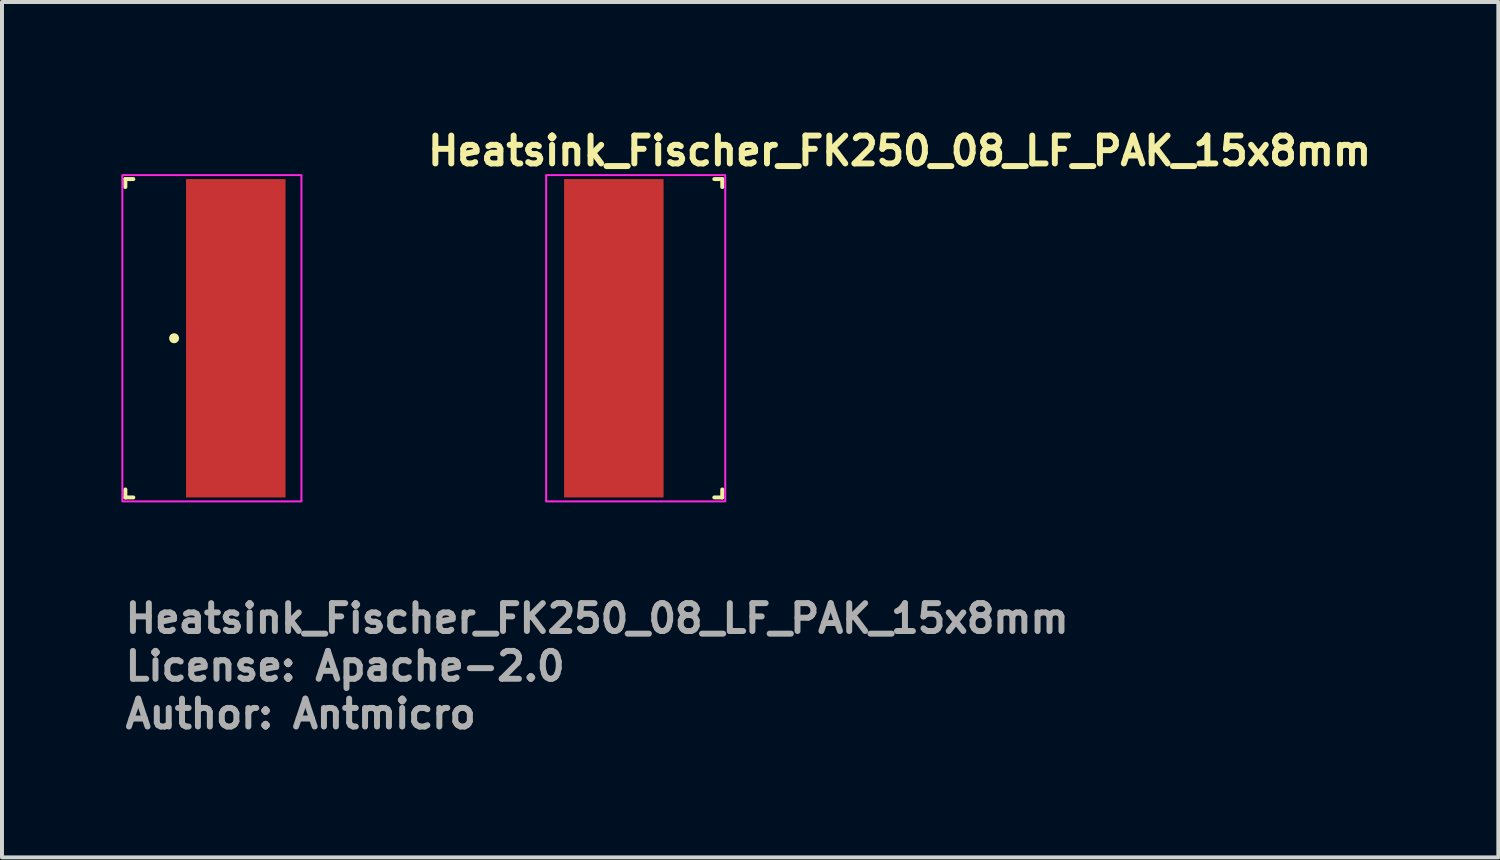
<source format=kicad_pcb>
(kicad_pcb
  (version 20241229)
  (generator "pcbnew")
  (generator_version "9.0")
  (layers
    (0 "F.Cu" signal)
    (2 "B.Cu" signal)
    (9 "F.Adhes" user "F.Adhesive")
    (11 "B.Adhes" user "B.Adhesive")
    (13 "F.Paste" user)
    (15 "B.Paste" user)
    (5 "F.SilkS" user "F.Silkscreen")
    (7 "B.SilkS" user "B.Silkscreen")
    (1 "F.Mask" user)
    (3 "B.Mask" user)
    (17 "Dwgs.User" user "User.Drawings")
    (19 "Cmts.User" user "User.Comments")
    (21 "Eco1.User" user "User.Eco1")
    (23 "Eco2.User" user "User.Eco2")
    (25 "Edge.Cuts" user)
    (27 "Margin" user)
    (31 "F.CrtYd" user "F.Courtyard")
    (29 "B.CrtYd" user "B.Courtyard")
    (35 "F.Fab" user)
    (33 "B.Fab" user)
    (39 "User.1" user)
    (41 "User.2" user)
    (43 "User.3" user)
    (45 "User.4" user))
  (footprint "Heatsink_Fischer_FK250_08_LF_PAK_15x8mm"
    (layer "F.Cu")
    (at 7.625 5.45)
    (property "Reference" "Heatsink_Fischer_FK250_08_LF_PAK_15x8mm" (at 0 -4.3 0) (unlocked yes) (layer "F.SilkS") (effects (font (size 0.7 0.7) (thickness 0.15)) (justify left bottom)))
    (attr smd)
    (fp_line (start -7.525 -4) (end -7.325 -4) (stroke (width 0.1) (type default)) (layer "F.SilkS"))
    (fp_line (start -7.525 -3.8) (end -7.525 -4) (stroke (width 0.1) (type default)) (layer "F.SilkS"))
    (fp_line (start -7.525 4) (end -7.525 3.8) (stroke (width 0.1) (type default)) (layer "F.SilkS"))
    (fp_line (start -7.325 4) (end -7.525 4) (stroke (width 0.1) (type default)) (layer "F.SilkS"))
    (fp_line (start 7.275 -4) (end 7.475 -4) (stroke (width 0.1) (type default)) (layer "F.SilkS"))
    (fp_line (start 7.475 -4) (end 7.475 -3.8) (stroke (width 0.1) (type default)) (layer "F.SilkS"))
    (fp_line (start 7.475 3.8) (end 7.475 4) (stroke (width 0.1) (type default)) (layer "F.SilkS"))
    (fp_line (start 7.475 4) (end 7.275 4) (stroke (width 0.1) (type default)) (layer "F.SilkS"))
    (fp_circle (center -6.3 0) (end -6.25 0) (stroke (width 0.15) (type solid)) (fill yes) (layer "F.SilkS"))
    (fp_rect (start -7.6 -4.1) (end -3.1 4.1) (stroke (width 0.05) (type default)) (fill no) (layer "F.CrtYd"))
    (fp_rect (start 3.05 -4.1) (end 7.55 4.1) (stroke (width 0.05) (type default)) (fill no) (layer "F.CrtYd"))
    (fp_rect (start -7.53 -4) (end 7.47 4) (stroke (width 0.1) (type solid)) (fill no) (layer "User.5"))
    (fp_line (start -7.526 4.003) (end -7.526 -3.997) (stroke (width 0.1) (type solid)) (layer "User.9"))
    (fp_line (start -7.526 4.003) (end -7.522 4.003) (stroke (width 0.1) (type solid)) (layer "User.9"))
    (fp_line (start -7.522 -3.997) (end -7.526 -3.997) (stroke (width 0.1) (type solid)) (layer "User.9"))
    (fp_line (start -7.522 4.003) (end -7.511 4.003) (stroke (width 0.1) (type solid)) (layer "User.9"))
    (fp_line (start -7.511 -3.997) (end -7.522 -3.997) (stroke (width 0.1) (type solid)) (layer "User.9"))
    (fp_line (start -7.511 4.003) (end -7.492 4.003) (stroke (width 0.1) (type solid)) (layer "User.9"))
    (fp_line (start -7.492 -3.997) (end -7.511 -3.997) (stroke (width 0.1) (type solid)) (layer "User.9"))
    (fp_line (start -7.492 4.003) (end -7.466 4.003) (stroke (width 0.1) (type solid)) (layer "User.9"))
    (fp_line (start -7.466 -3.997) (end -7.492 -3.997) (stroke (width 0.1) (type solid)) (layer "User.9"))
    (fp_line (start -7.466 4.003) (end -7.434 4.003) (stroke (width 0.1) (type solid)) (layer "User.9"))
    (fp_line (start -7.434 -3.997) (end -7.466 -3.997) (stroke (width 0.1) (type solid)) (layer "User.9"))
    (fp_line (start -7.434 4.003) (end -7.395 4.003) (stroke (width 0.1) (type solid)) (layer "User.9"))
    (fp_line (start -7.395 -3.997) (end -7.434 -3.997) (stroke (width 0.1) (type solid)) (layer "User.9"))
    (fp_line (start -7.395 4.003) (end -7.35 4.003) (stroke (width 0.1) (type solid)) (layer "User.9"))
    (fp_line (start -7.35 -3.997) (end -7.395 -3.997) (stroke (width 0.1) (type solid)) (layer "User.9"))
    (fp_line (start -7.35 4.003) (end -7.3 4.003) (stroke (width 0.1) (type solid)) (layer "User.9"))
    (fp_line (start -7.3 -3.997) (end -7.35 -3.997) (stroke (width 0.1) (type solid)) (layer "User.9"))
    (fp_line (start -7.3 4.003) (end -7.245 4.003) (stroke (width 0.1) (type solid)) (layer "User.9"))
    (fp_line (start -7.245 -3.997) (end -7.3 -3.997) (stroke (width 0.1) (type solid)) (layer "User.9"))
    (fp_line (start -7.245 4.003) (end -7.186 4.003) (stroke (width 0.1) (type solid)) (layer "User.9"))
    (fp_line (start -7.186 -3.997) (end -7.245 -3.997) (stroke (width 0.1) (type solid)) (layer "User.9"))
    (fp_line (start -7.186 4.003) (end -7.123 4.003) (stroke (width 0.1) (type solid)) (layer "User.9"))
    (fp_line (start -7.123 -3.997) (end -7.186 -3.997) (stroke (width 0.1) (type solid)) (layer "User.9"))
    (fp_line (start -7.123 4.003) (end -7.059 4.003) (stroke (width 0.1) (type solid)) (layer "User.9"))
    (fp_line (start -7.059 -3.997) (end -7.123 -3.997) (stroke (width 0.1) (type solid)) (layer "User.9"))
    (fp_line (start -7.059 4.003) (end -6.992 4.003) (stroke (width 0.1) (type solid)) (layer "User.9"))
    (fp_line (start -6.992 -3.997) (end -7.059 -3.997) (stroke (width 0.1) (type solid)) (layer "User.9"))
    (fp_line (start -6.992 4.003) (end -6.925 4.003) (stroke (width 0.1) (type solid)) (layer "User.9"))
    (fp_line (start -6.925 -3.997) (end -6.992 -3.997) (stroke (width 0.1) (type solid)) (layer "User.9"))
    (fp_line (start -6.925 -3.997) (end -6.925 4.003) (stroke (width 0.1) (type solid)) (layer "User.9"))
    (fp_line (start -6.925 -3.997) (end -4.326 -3.997) (stroke (width 0.1) (type solid)) (layer "User.9"))
    (fp_line (start -6.825 -2.297) (end -6.821 -2.364) (stroke (width 0.1) (type solid)) (layer "User.9"))
    (fp_line (start -6.825 -2.297) (end -6.821 -2.364) (stroke (width 0.1) (type solid)) (layer "User.9"))
    (fp_line (start -6.825 0.003) (end -6.821 -0.064) (stroke (width 0.1) (type solid)) (layer "User.9"))
    (fp_line (start -6.825 0.003) (end -6.821 -0.064) (stroke (width 0.1) (type solid)) (layer "User.9"))
    (fp_line (start -6.825 2.303) (end -6.821 2.236) (stroke (width 0.1) (type solid)) (layer "User.9"))
    (fp_line (start -6.825 2.303) (end -6.821 2.236) (stroke (width 0.1) (type solid)) (layer "User.9"))
    (fp_line (start -6.821 -2.364) (end -6.81 -2.43) (stroke (width 0.1) (type solid)) (layer "User.9"))
    (fp_line (start -6.821 -2.364) (end -6.81 -2.43) (stroke (width 0.1) (type solid)) (layer "User.9"))
    (fp_line (start -6.821 -2.229) (end -6.825 -2.297) (stroke (width 0.1) (type solid)) (layer "User.9"))
    (fp_line (start -6.821 -2.229) (end -6.825 -2.297) (stroke (width 0.1) (type solid)) (layer "User.9"))
    (fp_line (start -6.821 -0.064) (end -6.81 -0.13) (stroke (width 0.1) (type solid)) (layer "User.9"))
    (fp_line (start -6.821 -0.064) (end -6.81 -0.13) (stroke (width 0.1) (type solid)) (layer "User.9"))
    (fp_line (start -6.821 0.071) (end -6.825 0.003) (stroke (width 0.1) (type solid)) (layer "User.9"))
    (fp_line (start -6.821 0.071) (end -6.825 0.003) (stroke (width 0.1) (type solid)) (layer "User.9"))
    (fp_line (start -6.821 2.236) (end -6.81 2.17) (stroke (width 0.1) (type solid)) (layer "User.9"))
    (fp_line (start -6.821 2.236) (end -6.81 2.17) (stroke (width 0.1) (type solid)) (layer "User.9"))
    (fp_line (start -6.821 2.371) (end -6.825 2.303) (stroke (width 0.1) (type solid)) (layer "User.9"))
    (fp_line (start -6.821 2.371) (end -6.825 2.303) (stroke (width 0.1) (type solid)) (layer "User.9"))
    (fp_line (start -6.81 -2.43) (end -6.791 -2.495) (stroke (width 0.1) (type solid)) (layer "User.9"))
    (fp_line (start -6.81 -2.43) (end -6.791 -2.495) (stroke (width 0.1) (type solid)) (layer "User.9"))
    (fp_line (start -6.81 -2.163) (end -6.821 -2.229) (stroke (width 0.1) (type solid)) (layer "User.9"))
    (fp_line (start -6.81 -2.163) (end -6.821 -2.229) (stroke (width 0.1) (type solid)) (layer "User.9"))
    (fp_line (start -6.81 -0.13) (end -6.791 -0.195) (stroke (width 0.1) (type solid)) (layer "User.9"))
    (fp_line (start -6.81 -0.13) (end -6.791 -0.195) (stroke (width 0.1) (type solid)) (layer "User.9"))
    (fp_line (start -6.81 0.137) (end -6.821 0.071) (stroke (width 0.1) (type solid)) (layer "User.9"))
    (fp_line (start -6.81 0.137) (end -6.821 0.071) (stroke (width 0.1) (type solid)) (layer "User.9"))
    (fp_line (start -6.81 2.17) (end -6.791 2.105) (stroke (width 0.1) (type solid)) (layer "User.9"))
    (fp_line (start -6.81 2.17) (end -6.791 2.105) (stroke (width 0.1) (type solid)) (layer "User.9"))
    (fp_line (start -6.81 2.437) (end -6.821 2.371) (stroke (width 0.1) (type solid)) (layer "User.9"))
    (fp_line (start -6.81 2.437) (end -6.821 2.371) (stroke (width 0.1) (type solid)) (layer "User.9"))
    (fp_line (start -6.791 -2.495) (end -6.766 -2.557) (stroke (width 0.1) (type solid)) (layer "User.9"))
    (fp_line (start -6.791 -2.495) (end -6.766 -2.557) (stroke (width 0.1) (type solid)) (layer "User.9"))
    (fp_line (start -6.791 -2.098) (end -6.81 -2.163) (stroke (width 0.1) (type solid)) (layer "User.9"))
    (fp_line (start -6.791 -2.098) (end -6.81 -2.163) (stroke (width 0.1) (type solid)) (layer "User.9"))
    (fp_line (start -6.791 -0.195) (end -6.766 -0.257) (stroke (width 0.1) (type solid)) (layer "User.9"))
    (fp_line (start -6.791 -0.195) (end -6.766 -0.257) (stroke (width 0.1) (type solid)) (layer "User.9"))
    (fp_line (start -6.791 0.202) (end -6.81 0.137) (stroke (width 0.1) (type solid)) (layer "User.9"))
    (fp_line (start -6.791 0.202) (end -6.81 0.137) (stroke (width 0.1) (type solid)) (layer "User.9"))
    (fp_line (start -6.791 2.105) (end -6.766 2.043) (stroke (width 0.1) (type solid)) (layer "User.9"))
    (fp_line (start -6.791 2.105) (end -6.766 2.043) (stroke (width 0.1) (type solid)) (layer "User.9"))
    (fp_line (start -6.791 2.502) (end -6.81 2.437) (stroke (width 0.1) (type solid)) (layer "User.9"))
    (fp_line (start -6.791 2.502) (end -6.81 2.437) (stroke (width 0.1) (type solid)) (layer "User.9"))
    (fp_line (start -6.766 -2.557) (end -6.733 -2.616) (stroke (width 0.1) (type solid)) (layer "User.9"))
    (fp_line (start -6.766 -2.557) (end -6.733 -2.616) (stroke (width 0.1) (type solid)) (layer "User.9"))
    (fp_line (start -6.766 -2.036) (end -6.791 -2.098) (stroke (width 0.1) (type solid)) (layer "User.9"))
    (fp_line (start -6.766 -2.036) (end -6.791 -2.098) (stroke (width 0.1) (type solid)) (layer "User.9"))
    (fp_line (start -6.766 -0.257) (end -6.733 -0.316) (stroke (width 0.1) (type solid)) (layer "User.9"))
    (fp_line (start -6.766 -0.257) (end -6.733 -0.316) (stroke (width 0.1) (type solid)) (layer "User.9"))
    (fp_line (start -6.766 0.264) (end -6.791 0.202) (stroke (width 0.1) (type solid)) (layer "User.9"))
    (fp_line (start -6.766 0.264) (end -6.791 0.202) (stroke (width 0.1) (type solid)) (layer "User.9"))
    (fp_line (start -6.766 2.043) (end -6.733 1.984) (stroke (width 0.1) (type solid)) (layer "User.9"))
    (fp_line (start -6.766 2.043) (end -6.733 1.984) (stroke (width 0.1) (type solid)) (layer "User.9"))
    (fp_line (start -6.766 2.564) (end -6.791 2.502) (stroke (width 0.1) (type solid)) (layer "User.9"))
    (fp_line (start -6.766 2.564) (end -6.791 2.502) (stroke (width 0.1) (type solid)) (layer "User.9"))
    (fp_line (start -6.733 -2.616) (end -6.694 -2.671) (stroke (width 0.1) (type solid)) (layer "User.9"))
    (fp_line (start -6.733 -2.616) (end -6.694 -2.671) (stroke (width 0.1) (type solid)) (layer "User.9"))
    (fp_line (start -6.733 -1.977) (end -6.766 -2.036) (stroke (width 0.1) (type solid)) (layer "User.9"))
    (fp_line (start -6.733 -1.977) (end -6.766 -2.036) (stroke (width 0.1) (type solid)) (layer "User.9"))
    (fp_line (start -6.733 -0.316) (end -6.694 -0.371) (stroke (width 0.1) (type solid)) (layer "User.9"))
    (fp_line (start -6.733 -0.316) (end -6.694 -0.371) (stroke (width 0.1) (type solid)) (layer "User.9"))
    (fp_line (start -6.733 0.323) (end -6.766 0.264) (stroke (width 0.1) (type solid)) (layer "User.9"))
    (fp_line (start -6.733 0.323) (end -6.766 0.264) (stroke (width 0.1) (type solid)) (layer "User.9"))
    (fp_line (start -6.733 1.984) (end -6.694 1.929) (stroke (width 0.1) (type solid)) (layer "User.9"))
    (fp_line (start -6.733 1.984) (end -6.694 1.929) (stroke (width 0.1) (type solid)) (layer "User.9"))
    (fp_line (start -6.733 2.623) (end -6.766 2.564) (stroke (width 0.1) (type solid)) (layer "User.9"))
    (fp_line (start -6.733 2.623) (end -6.766 2.564) (stroke (width 0.1) (type solid)) (layer "User.9"))
    (fp_line (start -6.694 -2.671) (end -6.649 -2.721) (stroke (width 0.1) (type solid)) (layer "User.9"))
    (fp_line (start -6.694 -2.671) (end -6.649 -2.721) (stroke (width 0.1) (type solid)) (layer "User.9"))
    (fp_line (start -6.694 -1.922) (end -6.733 -1.977) (stroke (width 0.1) (type solid)) (layer "User.9"))
    (fp_line (start -6.694 -1.922) (end -6.733 -1.977) (stroke (width 0.1) (type solid)) (layer "User.9"))
    (fp_line (start -6.694 -0.371) (end -6.649 -0.421) (stroke (width 0.1) (type solid)) (layer "User.9"))
    (fp_line (start -6.694 -0.371) (end -6.649 -0.421) (stroke (width 0.1) (type solid)) (layer "User.9"))
    (fp_line (start -6.694 0.378) (end -6.733 0.323) (stroke (width 0.1) (type solid)) (layer "User.9"))
    (fp_line (start -6.694 0.378) (end -6.733 0.323) (stroke (width 0.1) (type solid)) (layer "User.9"))
    (fp_line (start -6.694 1.929) (end -6.649 1.879) (stroke (width 0.1) (type solid)) (layer "User.9"))
    (fp_line (start -6.694 1.929) (end -6.649 1.879) (stroke (width 0.1) (type solid)) (layer "User.9"))
    (fp_line (start -6.694 2.678) (end -6.733 2.623) (stroke (width 0.1) (type solid)) (layer "User.9"))
    (fp_line (start -6.694 2.678) (end -6.733 2.623) (stroke (width 0.1) (type solid)) (layer "User.9"))
    (fp_line (start -6.649 -2.721) (end -6.599 -2.766) (stroke (width 0.1) (type solid)) (layer "User.9"))
    (fp_line (start -6.649 -2.721) (end -6.599 -2.766) (stroke (width 0.1) (type solid)) (layer "User.9"))
    (fp_line (start -6.649 -1.872) (end -6.694 -1.922) (stroke (width 0.1) (type solid)) (layer "User.9"))
    (fp_line (start -6.649 -1.872) (end -6.694 -1.922) (stroke (width 0.1) (type solid)) (layer "User.9"))
    (fp_line (start -6.649 -0.421) (end -6.599 -0.466) (stroke (width 0.1) (type solid)) (layer "User.9"))
    (fp_line (start -6.649 -0.421) (end -6.599 -0.466) (stroke (width 0.1) (type solid)) (layer "User.9"))
    (fp_line (start -6.649 0.428) (end -6.694 0.378) (stroke (width 0.1) (type solid)) (layer "User.9"))
    (fp_line (start -6.649 0.428) (end -6.694 0.378) (stroke (width 0.1) (type solid)) (layer "User.9"))
    (fp_line (start -6.649 1.879) (end -6.599 1.834) (stroke (width 0.1) (type solid)) (layer "User.9"))
    (fp_line (start -6.649 1.879) (end -6.599 1.834) (stroke (width 0.1) (type solid)) (layer "User.9"))
    (fp_line (start -6.649 2.728) (end -6.694 2.678) (stroke (width 0.1) (type solid)) (layer "User.9"))
    (fp_line (start -6.649 2.728) (end -6.694 2.678) (stroke (width 0.1) (type solid)) (layer "User.9"))
    (fp_line (start -6.599 -2.766) (end -6.544 -2.805) (stroke (width 0.1) (type solid)) (layer "User.9"))
    (fp_line (start -6.599 -2.766) (end -6.544 -2.805) (stroke (width 0.1) (type solid)) (layer "User.9"))
    (fp_line (start -6.599 -1.827) (end -6.649 -1.872) (stroke (width 0.1) (type solid)) (layer "User.9"))
    (fp_line (start -6.599 -1.827) (end -6.649 -1.872) (stroke (width 0.1) (type solid)) (layer "User.9"))
    (fp_line (start -6.599 -0.466) (end -6.544 -0.505) (stroke (width 0.1) (type solid)) (layer "User.9"))
    (fp_line (start -6.599 -0.466) (end -6.544 -0.505) (stroke (width 0.1) (type solid)) (layer "User.9"))
    (fp_line (start -6.599 0.473) (end -6.649 0.428) (stroke (width 0.1) (type solid)) (layer "User.9"))
    (fp_line (start -6.599 0.473) (end -6.649 0.428) (stroke (width 0.1) (type solid)) (layer "User.9"))
    (fp_line (start -6.599 1.834) (end -6.544 1.795) (stroke (width 0.1) (type solid)) (layer "User.9"))
    (fp_line (start -6.599 1.834) (end -6.544 1.795) (stroke (width 0.1) (type solid)) (layer "User.9"))
    (fp_line (start -6.599 2.773) (end -6.649 2.728) (stroke (width 0.1) (type solid)) (layer "User.9"))
    (fp_line (start -6.599 2.773) (end -6.649 2.728) (stroke (width 0.1) (type solid)) (layer "User.9"))
    (fp_line (start -6.544 -2.805) (end -6.485 -2.837) (stroke (width 0.1) (type solid)) (layer "User.9"))
    (fp_line (start -6.544 -2.805) (end -6.485 -2.837) (stroke (width 0.1) (type solid)) (layer "User.9"))
    (fp_line (start -6.544 -1.788) (end -6.599 -1.827) (stroke (width 0.1) (type solid)) (layer "User.9"))
    (fp_line (start -6.544 -1.788) (end -6.599 -1.827) (stroke (width 0.1) (type solid)) (layer "User.9"))
    (fp_line (start -6.544 -0.505) (end -6.485 -0.537) (stroke (width 0.1) (type solid)) (layer "User.9"))
    (fp_line (start -6.544 -0.505) (end -6.485 -0.537) (stroke (width 0.1) (type solid)) (layer "User.9"))
    (fp_line (start -6.544 0.512) (end -6.599 0.473) (stroke (width 0.1) (type solid)) (layer "User.9"))
    (fp_line (start -6.544 0.512) (end -6.599 0.473) (stroke (width 0.1) (type solid)) (layer "User.9"))
    (fp_line (start -6.544 1.795) (end -6.485 1.763) (stroke (width 0.1) (type solid)) (layer "User.9"))
    (fp_line (start -6.544 1.795) (end -6.485 1.763) (stroke (width 0.1) (type solid)) (layer "User.9"))
    (fp_line (start -6.544 2.812) (end -6.599 2.773) (stroke (width 0.1) (type solid)) (layer "User.9"))
    (fp_line (start -6.544 2.812) (end -6.599 2.773) (stroke (width 0.1) (type solid)) (layer "User.9"))
    (fp_line (start -6.485 -2.837) (end -6.423 -2.863) (stroke (width 0.1) (type solid)) (layer "User.9"))
    (fp_line (start -6.485 -2.837) (end -6.423 -2.863) (stroke (width 0.1) (type solid)) (layer "User.9"))
    (fp_line (start -6.485 -1.756) (end -6.544 -1.788) (stroke (width 0.1) (type solid)) (layer "User.9"))
    (fp_line (start -6.485 -1.756) (end -6.544 -1.788) (stroke (width 0.1) (type solid)) (layer "User.9"))
    (fp_line (start -6.485 -0.537) (end -6.423 -0.563) (stroke (width 0.1) (type solid)) (layer "User.9"))
    (fp_line (start -6.485 -0.537) (end -6.423 -0.563) (stroke (width 0.1) (type solid)) (layer "User.9"))
    (fp_line (start -6.485 0.544) (end -6.544 0.512) (stroke (width 0.1) (type solid)) (layer "User.9"))
    (fp_line (start -6.485 0.544) (end -6.544 0.512) (stroke (width 0.1) (type solid)) (layer "User.9"))
    (fp_line (start -6.485 1.763) (end -6.423 1.737) (stroke (width 0.1) (type solid)) (layer "User.9"))
    (fp_line (start -6.485 1.763) (end -6.423 1.737) (stroke (width 0.1) (type solid)) (layer "User.9"))
    (fp_line (start -6.485 2.844) (end -6.544 2.812) (stroke (width 0.1) (type solid)) (layer "User.9"))
    (fp_line (start -6.485 2.844) (end -6.544 2.812) (stroke (width 0.1) (type solid)) (layer "User.9"))
    (fp_line (start -6.423 -2.863) (end -6.359 -2.881) (stroke (width 0.1) (type solid)) (layer "User.9"))
    (fp_line (start -6.423 -2.863) (end -6.359 -2.881) (stroke (width 0.1) (type solid)) (layer "User.9"))
    (fp_line (start -6.423 -1.73) (end -6.485 -1.756) (stroke (width 0.1) (type solid)) (layer "User.9"))
    (fp_line (start -6.423 -1.73) (end -6.485 -1.756) (stroke (width 0.1) (type solid)) (layer "User.9"))
    (fp_line (start -6.423 -0.563) (end -6.359 -0.581) (stroke (width 0.1) (type solid)) (layer "User.9"))
    (fp_line (start -6.423 -0.563) (end -6.359 -0.581) (stroke (width 0.1) (type solid)) (layer "User.9"))
    (fp_line (start -6.423 0.57) (end -6.485 0.544) (stroke (width 0.1) (type solid)) (layer "User.9"))
    (fp_line (start -6.423 0.57) (end -6.485 0.544) (stroke (width 0.1) (type solid)) (layer "User.9"))
    (fp_line (start -6.423 1.737) (end -6.359 1.719) (stroke (width 0.1) (type solid)) (layer "User.9"))
    (fp_line (start -6.423 1.737) (end -6.359 1.719) (stroke (width 0.1) (type solid)) (layer "User.9"))
    (fp_line (start -6.423 2.87) (end -6.485 2.844) (stroke (width 0.1) (type solid)) (layer "User.9"))
    (fp_line (start -6.423 2.87) (end -6.485 2.844) (stroke (width 0.1) (type solid)) (layer "User.9"))
    (fp_line (start -6.359 -2.881) (end -6.292 -2.893) (stroke (width 0.1) (type solid)) (layer "User.9"))
    (fp_line (start -6.359 -2.881) (end -6.292 -2.893) (stroke (width 0.1) (type solid)) (layer "User.9"))
    (fp_line (start -6.359 -1.712) (end -6.423 -1.73) (stroke (width 0.1) (type solid)) (layer "User.9"))
    (fp_line (start -6.359 -1.712) (end -6.423 -1.73) (stroke (width 0.1) (type solid)) (layer "User.9"))
    (fp_line (start -6.359 -0.581) (end -6.292 -0.593) (stroke (width 0.1) (type solid)) (layer "User.9"))
    (fp_line (start -6.359 -0.581) (end -6.292 -0.593) (stroke (width 0.1) (type solid)) (layer "User.9"))
    (fp_line (start -6.359 0.588) (end -6.423 0.57) (stroke (width 0.1) (type solid)) (layer "User.9"))
    (fp_line (start -6.359 0.588) (end -6.423 0.57) (stroke (width 0.1) (type solid)) (layer "User.9"))
    (fp_line (start -6.359 1.719) (end -6.292 1.707) (stroke (width 0.1) (type solid)) (layer "User.9"))
    (fp_line (start -6.359 1.719) (end -6.292 1.707) (stroke (width 0.1) (type solid)) (layer "User.9"))
    (fp_line (start -6.359 2.888) (end -6.423 2.87) (stroke (width 0.1) (type solid)) (layer "User.9"))
    (fp_line (start -6.359 2.888) (end -6.423 2.87) (stroke (width 0.1) (type solid)) (layer "User.9"))
    (fp_line (start -6.292 -2.893) (end -6.225 -2.897) (stroke (width 0.1) (type solid)) (layer "User.9"))
    (fp_line (start -6.292 -2.893) (end -6.225 -2.897) (stroke (width 0.1) (type solid)) (layer "User.9"))
    (fp_line (start -6.292 -1.7) (end -6.359 -1.712) (stroke (width 0.1) (type solid)) (layer "User.9"))
    (fp_line (start -6.292 -1.7) (end -6.359 -1.712) (stroke (width 0.1) (type solid)) (layer "User.9"))
    (fp_line (start -6.292 -0.593) (end -6.225 -0.597) (stroke (width 0.1) (type solid)) (layer "User.9"))
    (fp_line (start -6.292 -0.593) (end -6.225 -0.597) (stroke (width 0.1) (type solid)) (layer "User.9"))
    (fp_line (start -6.292 0.6) (end -6.359 0.588) (stroke (width 0.1) (type solid)) (layer "User.9"))
    (fp_line (start -6.292 0.6) (end -6.359 0.588) (stroke (width 0.1) (type solid)) (layer "User.9"))
    (fp_line (start -6.292 1.707) (end -6.225 1.703) (stroke (width 0.1) (type solid)) (layer "User.9"))
    (fp_line (start -6.292 1.707) (end -6.225 1.703) (stroke (width 0.1) (type solid)) (layer "User.9"))
    (fp_line (start -6.292 2.9) (end -6.359 2.888) (stroke (width 0.1) (type solid)) (layer "User.9"))
    (fp_line (start -6.292 2.9) (end -6.359 2.888) (stroke (width 0.1) (type solid)) (layer "User.9"))
    (fp_line (start -6.225 -2.897) (end -5.226 -2.897) (stroke (width 0.1) (type solid)) (layer "User.9"))
    (fp_line (start -6.225 -1.697) (end -6.292 -1.7) (stroke (width 0.1) (type solid)) (layer "User.9"))
    (fp_line (start -6.225 -1.697) (end -6.292 -1.7) (stroke (width 0.1) (type solid)) (layer "User.9"))
    (fp_line (start -6.225 -0.597) (end -5.226 -0.597) (stroke (width 0.1) (type solid)) (layer "User.9"))
    (fp_line (start -6.225 0.603) (end -6.292 0.6) (stroke (width 0.1) (type solid)) (layer "User.9"))
    (fp_line (start -6.225 0.603) (end -6.292 0.6) (stroke (width 0.1) (type solid)) (layer "User.9"))
    (fp_line (start -6.225 1.703) (end -5.226 1.703) (stroke (width 0.1) (type solid)) (layer "User.9"))
    (fp_line (start -6.225 2.903) (end -6.292 2.9) (stroke (width 0.1) (type solid)) (layer "User.9"))
    (fp_line (start -6.225 2.903) (end -6.292 2.9) (stroke (width 0.1) (type solid)) (layer "User.9"))
    (fp_line (start -5.726 -1.697) (end -5.726 -2.897) (stroke (width 0.1) (type solid)) (layer "User.9"))
    (fp_line (start -5.726 0.603) (end -5.726 -0.597) (stroke (width 0.1) (type solid)) (layer "User.9"))
    (fp_line (start -5.726 2.903) (end -5.726 1.703) (stroke (width 0.1) (type solid)) (layer "User.9"))
    (fp_line (start -5.226 -2.897) (end -5.159 -2.893) (stroke (width 0.1) (type solid)) (layer "User.9"))
    (fp_line (start -5.226 -2.897) (end -5.159 -2.893) (stroke (width 0.1) (type solid)) (layer "User.9"))
    (fp_line (start -5.226 -1.697) (end -6.225 -1.697) (stroke (width 0.1) (type solid)) (layer "User.9"))
    (fp_line (start -5.226 -0.597) (end -5.159 -0.593) (stroke (width 0.1) (type solid)) (layer "User.9"))
    (fp_line (start -5.226 -0.597) (end -5.159 -0.593) (stroke (width 0.1) (type solid)) (layer "User.9"))
    (fp_line (start -5.226 0.603) (end -6.225 0.603) (stroke (width 0.1) (type solid)) (layer "User.9"))
    (fp_line (start -5.226 1.703) (end -5.159 1.707) (stroke (width 0.1) (type solid)) (layer "User.9"))
    (fp_line (start -5.226 1.703) (end -5.159 1.707) (stroke (width 0.1) (type solid)) (layer "User.9"))
    (fp_line (start -5.226 2.903) (end -6.225 2.903) (stroke (width 0.1) (type solid)) (layer "User.9"))
    (fp_line (start -5.159 -2.893) (end -5.092 -2.881) (stroke (width 0.1) (type solid)) (layer "User.9"))
    (fp_line (start -5.159 -2.893) (end -5.092 -2.881) (stroke (width 0.1) (type solid)) (layer "User.9"))
    (fp_line (start -5.159 -1.7) (end -5.226 -1.697) (stroke (width 0.1) (type solid)) (layer "User.9"))
    (fp_line (start -5.159 -1.7) (end -5.226 -1.697) (stroke (width 0.1) (type solid)) (layer "User.9"))
    (fp_line (start -5.159 -0.593) (end -5.092 -0.581) (stroke (width 0.1) (type solid)) (layer "User.9"))
    (fp_line (start -5.159 -0.593) (end -5.092 -0.581) (stroke (width 0.1) (type solid)) (layer "User.9"))
    (fp_line (start -5.159 0.6) (end -5.226 0.603) (stroke (width 0.1) (type solid)) (layer "User.9"))
    (fp_line (start -5.159 0.6) (end -5.226 0.603) (stroke (width 0.1) (type solid)) (layer "User.9"))
    (fp_line (start -5.159 1.707) (end -5.092 1.719) (stroke (width 0.1) (type solid)) (layer "User.9"))
    (fp_line (start -5.159 1.707) (end -5.092 1.719) (stroke (width 0.1) (type solid)) (layer "User.9"))
    (fp_line (start -5.159 2.9) (end -5.226 2.903) (stroke (width 0.1) (type solid)) (layer "User.9"))
    (fp_line (start -5.159 2.9) (end -5.226 2.903) (stroke (width 0.1) (type solid)) (layer "User.9"))
    (fp_line (start -5.092 -2.881) (end -5.028 -2.863) (stroke (width 0.1) (type solid)) (layer "User.9"))
    (fp_line (start -5.092 -2.881) (end -5.028 -2.863) (stroke (width 0.1) (type solid)) (layer "User.9"))
    (fp_line (start -5.092 -1.712) (end -5.159 -1.7) (stroke (width 0.1) (type solid)) (layer "User.9"))
    (fp_line (start -5.092 -1.712) (end -5.159 -1.7) (stroke (width 0.1) (type solid)) (layer "User.9"))
    (fp_line (start -5.092 -0.581) (end -5.028 -0.563) (stroke (width 0.1) (type solid)) (layer "User.9"))
    (fp_line (start -5.092 -0.581) (end -5.028 -0.563) (stroke (width 0.1) (type solid)) (layer "User.9"))
    (fp_line (start -5.092 0.588) (end -5.159 0.6) (stroke (width 0.1) (type solid)) (layer "User.9"))
    (fp_line (start -5.092 0.588) (end -5.159 0.6) (stroke (width 0.1) (type solid)) (layer "User.9"))
    (fp_line (start -5.092 1.719) (end -5.028 1.737) (stroke (width 0.1) (type solid)) (layer "User.9"))
    (fp_line (start -5.092 1.719) (end -5.028 1.737) (stroke (width 0.1) (type solid)) (layer "User.9"))
    (fp_line (start -5.092 2.888) (end -5.159 2.9) (stroke (width 0.1) (type solid)) (layer "User.9"))
    (fp_line (start -5.092 2.888) (end -5.159 2.9) (stroke (width 0.1) (type solid)) (layer "User.9"))
    (fp_line (start -5.028 -2.863) (end -4.966 -2.837) (stroke (width 0.1) (type solid)) (layer "User.9"))
    (fp_line (start -5.028 -2.863) (end -4.966 -2.837) (stroke (width 0.1) (type solid)) (layer "User.9"))
    (fp_line (start -5.028 -1.73) (end -5.092 -1.712) (stroke (width 0.1) (type solid)) (layer "User.9"))
    (fp_line (start -5.028 -1.73) (end -5.092 -1.712) (stroke (width 0.1) (type solid)) (layer "User.9"))
    (fp_line (start -5.028 -0.563) (end -4.966 -0.537) (stroke (width 0.1) (type solid)) (layer "User.9"))
    (fp_line (start -5.028 -0.563) (end -4.966 -0.537) (stroke (width 0.1) (type solid)) (layer "User.9"))
    (fp_line (start -5.028 0.57) (end -5.092 0.588) (stroke (width 0.1) (type solid)) (layer "User.9"))
    (fp_line (start -5.028 0.57) (end -5.092 0.588) (stroke (width 0.1) (type solid)) (layer "User.9"))
    (fp_line (start -5.028 1.737) (end -4.966 1.763) (stroke (width 0.1) (type solid)) (layer "User.9"))
    (fp_line (start -5.028 1.737) (end -4.966 1.763) (stroke (width 0.1) (type solid)) (layer "User.9"))
    (fp_line (start -5.028 2.87) (end -5.092 2.888) (stroke (width 0.1) (type solid)) (layer "User.9"))
    (fp_line (start -5.028 2.87) (end -5.092 2.888) (stroke (width 0.1) (type solid)) (layer "User.9"))
    (fp_line (start -4.966 -2.837) (end -4.907 -2.805) (stroke (width 0.1) (type solid)) (layer "User.9"))
    (fp_line (start -4.966 -2.837) (end -4.907 -2.805) (stroke (width 0.1) (type solid)) (layer "User.9"))
    (fp_line (start -4.966 -1.756) (end -5.028 -1.73) (stroke (width 0.1) (type solid)) (layer "User.9"))
    (fp_line (start -4.966 -1.756) (end -5.028 -1.73) (stroke (width 0.1) (type solid)) (layer "User.9"))
    (fp_line (start -4.966 -0.537) (end -4.907 -0.505) (stroke (width 0.1) (type solid)) (layer "User.9"))
    (fp_line (start -4.966 -0.537) (end -4.907 -0.505) (stroke (width 0.1) (type solid)) (layer "User.9"))
    (fp_line (start -4.966 0.544) (end -5.028 0.57) (stroke (width 0.1) (type solid)) (layer "User.9"))
    (fp_line (start -4.966 0.544) (end -5.028 0.57) (stroke (width 0.1) (type solid)) (layer "User.9"))
    (fp_line (start -4.966 1.763) (end -4.907 1.795) (stroke (width 0.1) (type solid)) (layer "User.9"))
    (fp_line (start -4.966 1.763) (end -4.907 1.795) (stroke (width 0.1) (type solid)) (layer "User.9"))
    (fp_line (start -4.966 2.844) (end -5.028 2.87) (stroke (width 0.1) (type solid)) (layer "User.9"))
    (fp_line (start -4.966 2.844) (end -5.028 2.87) (stroke (width 0.1) (type solid)) (layer "User.9"))
    (fp_line (start -4.907 -2.805) (end -4.852 -2.766) (stroke (width 0.1) (type solid)) (layer "User.9"))
    (fp_line (start -4.907 -2.805) (end -4.852 -2.766) (stroke (width 0.1) (type solid)) (layer "User.9"))
    (fp_line (start -4.907 -1.788) (end -4.966 -1.756) (stroke (width 0.1) (type solid)) (layer "User.9"))
    (fp_line (start -4.907 -1.788) (end -4.966 -1.756) (stroke (width 0.1) (type solid)) (layer "User.9"))
    (fp_line (start -4.907 -0.505) (end -4.852 -0.466) (stroke (width 0.1) (type solid)) (layer "User.9"))
    (fp_line (start -4.907 -0.505) (end -4.852 -0.466) (stroke (width 0.1) (type solid)) (layer "User.9"))
    (fp_line (start -4.907 0.512) (end -4.966 0.544) (stroke (width 0.1) (type solid)) (layer "User.9"))
    (fp_line (start -4.907 0.512) (end -4.966 0.544) (stroke (width 0.1) (type solid)) (layer "User.9"))
    (fp_line (start -4.907 1.795) (end -4.852 1.834) (stroke (width 0.1) (type solid)) (layer "User.9"))
    (fp_line (start -4.907 1.795) (end -4.852 1.834) (stroke (width 0.1) (type solid)) (layer "User.9"))
    (fp_line (start -4.907 2.812) (end -4.966 2.844) (stroke (width 0.1) (type solid)) (layer "User.9"))
    (fp_line (start -4.907 2.812) (end -4.966 2.844) (stroke (width 0.1) (type solid)) (layer "User.9"))
    (fp_line (start -4.852 -2.766) (end -4.802 -2.721) (stroke (width 0.1) (type solid)) (layer "User.9"))
    (fp_line (start -4.852 -2.766) (end -4.802 -2.721) (stroke (width 0.1) (type solid)) (layer "User.9"))
    (fp_line (start -4.852 -1.827) (end -4.907 -1.788) (stroke (width 0.1) (type solid)) (layer "User.9"))
    (fp_line (start -4.852 -1.827) (end -4.907 -1.788) (stroke (width 0.1) (type solid)) (layer "User.9"))
    (fp_line (start -4.852 -0.466) (end -4.802 -0.421) (stroke (width 0.1) (type solid)) (layer "User.9"))
    (fp_line (start -4.852 -0.466) (end -4.802 -0.421) (stroke (width 0.1) (type solid)) (layer "User.9"))
    (fp_line (start -4.852 0.473) (end -4.907 0.512) (stroke (width 0.1) (type solid)) (layer "User.9"))
    (fp_line (start -4.852 0.473) (end -4.907 0.512) (stroke (width 0.1) (type solid)) (layer "User.9"))
    (fp_line (start -4.852 1.834) (end -4.802 1.879) (stroke (width 0.1) (type solid)) (layer "User.9"))
    (fp_line (start -4.852 1.834) (end -4.802 1.879) (stroke (width 0.1) (type solid)) (layer "User.9"))
    (fp_line (start -4.852 2.773) (end -4.907 2.812) (stroke (width 0.1) (type solid)) (layer "User.9"))
    (fp_line (start -4.852 2.773) (end -4.907 2.812) (stroke (width 0.1) (type solid)) (layer "User.9"))
    (fp_line (start -4.802 -2.721) (end -4.757 -2.671) (stroke (width 0.1) (type solid)) (layer "User.9"))
    (fp_line (start -4.802 -2.721) (end -4.757 -2.671) (stroke (width 0.1) (type solid)) (layer "User.9"))
    (fp_line (start -4.802 -1.872) (end -4.852 -1.827) (stroke (width 0.1) (type solid)) (layer "User.9"))
    (fp_line (start -4.802 -1.872) (end -4.852 -1.827) (stroke (width 0.1) (type solid)) (layer "User.9"))
    (fp_line (start -4.802 -0.421) (end -4.757 -0.371) (stroke (width 0.1) (type solid)) (layer "User.9"))
    (fp_line (start -4.802 -0.421) (end -4.757 -0.371) (stroke (width 0.1) (type solid)) (layer "User.9"))
    (fp_line (start -4.802 0.428) (end -4.852 0.473) (stroke (width 0.1) (type solid)) (layer "User.9"))
    (fp_line (start -4.802 0.428) (end -4.852 0.473) (stroke (width 0.1) (type solid)) (layer "User.9"))
    (fp_line (start -4.802 1.879) (end -4.757 1.929) (stroke (width 0.1) (type solid)) (layer "User.9"))
    (fp_line (start -4.802 1.879) (end -4.757 1.929) (stroke (width 0.1) (type solid)) (layer "User.9"))
    (fp_line (start -4.802 2.728) (end -4.852 2.773) (stroke (width 0.1) (type solid)) (layer "User.9"))
    (fp_line (start -4.802 2.728) (end -4.852 2.773) (stroke (width 0.1) (type solid)) (layer "User.9"))
    (fp_line (start -4.757 -2.671) (end -4.718 -2.616) (stroke (width 0.1) (type solid)) (layer "User.9"))
    (fp_line (start -4.757 -2.671) (end -4.718 -2.616) (stroke (width 0.1) (type solid)) (layer "User.9"))
    (fp_line (start -4.757 -1.922) (end -4.802 -1.872) (stroke (width 0.1) (type solid)) (layer "User.9"))
    (fp_line (start -4.757 -1.922) (end -4.802 -1.872) (stroke (width 0.1) (type solid)) (layer "User.9"))
    (fp_line (start -4.757 -0.371) (end -4.718 -0.316) (stroke (width 0.1) (type solid)) (layer "User.9"))
    (fp_line (start -4.757 -0.371) (end -4.718 -0.316) (stroke (width 0.1) (type solid)) (layer "User.9"))
    (fp_line (start -4.757 0.378) (end -4.802 0.428) (stroke (width 0.1) (type solid)) (layer "User.9"))
    (fp_line (start -4.757 0.378) (end -4.802 0.428) (stroke (width 0.1) (type solid)) (layer "User.9"))
    (fp_line (start -4.757 1.929) (end -4.718 1.984) (stroke (width 0.1) (type solid)) (layer "User.9"))
    (fp_line (start -4.757 1.929) (end -4.718 1.984) (stroke (width 0.1) (type solid)) (layer "User.9"))
    (fp_line (start -4.757 2.678) (end -4.802 2.728) (stroke (width 0.1) (type solid)) (layer "User.9"))
    (fp_line (start -4.757 2.678) (end -4.802 2.728) (stroke (width 0.1) (type solid)) (layer "User.9"))
    (fp_line (start -4.718 -2.616) (end -4.685 -2.557) (stroke (width 0.1) (type solid)) (layer "User.9"))
    (fp_line (start -4.718 -2.616) (end -4.685 -2.557) (stroke (width 0.1) (type solid)) (layer "User.9"))
    (fp_line (start -4.718 -1.977) (end -4.757 -1.922) (stroke (width 0.1) (type solid)) (layer "User.9"))
    (fp_line (start -4.718 -1.977) (end -4.757 -1.922) (stroke (width 0.1) (type solid)) (layer "User.9"))
    (fp_line (start -4.718 -0.316) (end -4.685 -0.257) (stroke (width 0.1) (type solid)) (layer "User.9"))
    (fp_line (start -4.718 -0.316) (end -4.685 -0.257) (stroke (width 0.1) (type solid)) (layer "User.9"))
    (fp_line (start -4.718 0.323) (end -4.757 0.378) (stroke (width 0.1) (type solid)) (layer "User.9"))
    (fp_line (start -4.718 0.323) (end -4.757 0.378) (stroke (width 0.1) (type solid)) (layer "User.9"))
    (fp_line (start -4.718 1.984) (end -4.685 2.043) (stroke (width 0.1) (type solid)) (layer "User.9"))
    (fp_line (start -4.718 1.984) (end -4.685 2.043) (stroke (width 0.1) (type solid)) (layer "User.9"))
    (fp_line (start -4.718 2.623) (end -4.757 2.678) (stroke (width 0.1) (type solid)) (layer "User.9"))
    (fp_line (start -4.718 2.623) (end -4.757 2.678) (stroke (width 0.1) (type solid)) (layer "User.9"))
    (fp_line (start -4.685 -2.557) (end -4.66 -2.495) (stroke (width 0.1) (type solid)) (layer "User.9"))
    (fp_line (start -4.685 -2.557) (end -4.66 -2.495) (stroke (width 0.1) (type solid)) (layer "User.9"))
    (fp_line (start -4.685 -2.036) (end -4.718 -1.977) (stroke (width 0.1) (type solid)) (layer "User.9"))
    (fp_line (start -4.685 -2.036) (end -4.718 -1.977) (stroke (width 0.1) (type solid)) (layer "User.9"))
    (fp_line (start -4.685 -0.257) (end -4.66 -0.195) (stroke (width 0.1) (type solid)) (layer "User.9"))
    (fp_line (start -4.685 -0.257) (end -4.66 -0.195) (stroke (width 0.1) (type solid)) (layer "User.9"))
    (fp_line (start -4.685 0.264) (end -4.718 0.323) (stroke (width 0.1) (type solid)) (layer "User.9"))
    (fp_line (start -4.685 0.264) (end -4.718 0.323) (stroke (width 0.1) (type solid)) (layer "User.9"))
    (fp_line (start -4.685 2.043) (end -4.66 2.105) (stroke (width 0.1) (type solid)) (layer "User.9"))
    (fp_line (start -4.685 2.043) (end -4.66 2.105) (stroke (width 0.1) (type solid)) (layer "User.9"))
    (fp_line (start -4.685 2.564) (end -4.718 2.623) (stroke (width 0.1) (type solid)) (layer "User.9"))
    (fp_line (start -4.685 2.564) (end -4.718 2.623) (stroke (width 0.1) (type solid)) (layer "User.9"))
    (fp_line (start -4.66 -2.495) (end -4.641 -2.43) (stroke (width 0.1) (type solid)) (layer "User.9"))
    (fp_line (start -4.66 -2.495) (end -4.641 -2.43) (stroke (width 0.1) (type solid)) (layer "User.9"))
    (fp_line (start -4.66 -2.098) (end -4.685 -2.036) (stroke (width 0.1) (type solid)) (layer "User.9"))
    (fp_line (start -4.66 -2.098) (end -4.685 -2.036) (stroke (width 0.1) (type solid)) (layer "User.9"))
    (fp_line (start -4.66 -0.195) (end -4.641 -0.13) (stroke (width 0.1) (type solid)) (layer "User.9"))
    (fp_line (start -4.66 -0.195) (end -4.641 -0.13) (stroke (width 0.1) (type solid)) (layer "User.9"))
    (fp_line (start -4.66 0.202) (end -4.685 0.264) (stroke (width 0.1) (type solid)) (layer "User.9"))
    (fp_line (start -4.66 0.202) (end -4.685 0.264) (stroke (width 0.1) (type solid)) (layer "User.9"))
    (fp_line (start -4.66 2.105) (end -4.641 2.17) (stroke (width 0.1) (type solid)) (layer "User.9"))
    (fp_line (start -4.66 2.105) (end -4.641 2.17) (stroke (width 0.1) (type solid)) (layer "User.9"))
    (fp_line (start -4.66 2.502) (end -4.685 2.564) (stroke (width 0.1) (type solid)) (layer "User.9"))
    (fp_line (start -4.66 2.502) (end -4.685 2.564) (stroke (width 0.1) (type solid)) (layer "User.9"))
    (fp_line (start -4.641 -2.43) (end -4.63 -2.364) (stroke (width 0.1) (type solid)) (layer "User.9"))
    (fp_line (start -4.641 -2.43) (end -4.63 -2.364) (stroke (width 0.1) (type solid)) (layer "User.9"))
    (fp_line (start -4.641 -2.163) (end -4.66 -2.098) (stroke (width 0.1) (type solid)) (layer "User.9"))
    (fp_line (start -4.641 -2.163) (end -4.66 -2.098) (stroke (width 0.1) (type solid)) (layer "User.9"))
    (fp_line (start -4.641 -0.13) (end -4.63 -0.064) (stroke (width 0.1) (type solid)) (layer "User.9"))
    (fp_line (start -4.641 -0.13) (end -4.63 -0.064) (stroke (width 0.1) (type solid)) (layer "User.9"))
    (fp_line (start -4.641 0.137) (end -4.66 0.202) (stroke (width 0.1) (type solid)) (layer "User.9"))
    (fp_line (start -4.641 0.137) (end -4.66 0.202) (stroke (width 0.1) (type solid)) (layer "User.9"))
    (fp_line (start -4.641 2.17) (end -4.63 2.236) (stroke (width 0.1) (type solid)) (layer "User.9"))
    (fp_line (start -4.641 2.17) (end -4.63 2.236) (stroke (width 0.1) (type solid)) (layer "User.9"))
    (fp_line (start -4.641 2.437) (end -4.66 2.502) (stroke (width 0.1) (type solid)) (layer "User.9"))
    (fp_line (start -4.641 2.437) (end -4.66 2.502) (stroke (width 0.1) (type solid)) (layer "User.9"))
    (fp_line (start -4.63 -2.364) (end -4.626 -2.297) (stroke (width 0.1) (type solid)) (layer "User.9"))
    (fp_line (start -4.63 -2.364) (end -4.626 -2.297) (stroke (width 0.1) (type solid)) (layer "User.9"))
    (fp_line (start -4.63 -2.229) (end -4.641 -2.163) (stroke (width 0.1) (type solid)) (layer "User.9"))
    (fp_line (start -4.63 -2.229) (end -4.641 -2.163) (stroke (width 0.1) (type solid)) (layer "User.9"))
    (fp_line (start -4.63 -0.064) (end -4.626 0.003) (stroke (width 0.1) (type solid)) (layer "User.9"))
    (fp_line (start -4.63 -0.064) (end -4.626 0.003) (stroke (width 0.1) (type solid)) (layer "User.9"))
    (fp_line (start -4.63 0.071) (end -4.641 0.137) (stroke (width 0.1) (type solid)) (layer "User.9"))
    (fp_line (start -4.63 0.071) (end -4.641 0.137) (stroke (width 0.1) (type solid)) (layer "User.9"))
    (fp_line (start -4.63 2.236) (end -4.626 2.303) (stroke (width 0.1) (type solid)) (layer "User.9"))
    (fp_line (start -4.63 2.236) (end -4.626 2.303) (stroke (width 0.1) (type solid)) (layer "User.9"))
    (fp_line (start -4.63 2.371) (end -4.641 2.437) (stroke (width 0.1) (type solid)) (layer "User.9"))
    (fp_line (start -4.63 2.371) (end -4.641 2.437) (stroke (width 0.1) (type solid)) (layer "User.9"))
    (fp_line (start -4.626 -2.297) (end -4.63 -2.229) (stroke (width 0.1) (type solid)) (layer "User.9"))
    (fp_line (start -4.626 -2.297) (end -4.63 -2.229) (stroke (width 0.1) (type solid)) (layer "User.9"))
    (fp_line (start -4.626 0.003) (end -4.63 0.071) (stroke (width 0.1) (type solid)) (layer "User.9"))
    (fp_line (start -4.626 0.003) (end -4.63 0.071) (stroke (width 0.1) (type solid)) (layer "User.9"))
    (fp_line (start -4.626 2.303) (end -4.63 2.371) (stroke (width 0.1) (type solid)) (layer "User.9"))
    (fp_line (start -4.626 2.303) (end -4.63 2.371) (stroke (width 0.1) (type solid)) (layer "User.9"))
    (fp_line (start -4.326 -3.997) (end -4.326 4.003) (stroke (width 0.1) (type solid)) (layer "User.9"))
    (fp_line (start -4.326 4.003) (end -6.925 4.003) (stroke (width 0.1) (type solid)) (layer "User.9"))
    (fp_line (start -4.196 -3.997) (end -4.326 -3.997) (stroke (width 0.1) (type solid)) (layer "User.9"))
    (fp_line (start -4.196 4.003) (end -4.326 4.003) (stroke (width 0.1) (type solid)) (layer "User.9"))
    (fp_line (start -4.067 -3.997) (end -4.196 -3.997) (stroke (width 0.1) (type solid)) (layer "User.9"))
    (fp_line (start -4.067 4.003) (end -4.196 4.003) (stroke (width 0.1) (type solid)) (layer "User.9"))
    (fp_line (start -3.94 -3.997) (end -4.067 -3.997) (stroke (width 0.1) (type solid)) (layer "User.9"))
    (fp_line (start -3.94 4.003) (end -4.067 4.003) (stroke (width 0.1) (type solid)) (layer "User.9"))
    (fp_line (start -3.816 -3.997) (end -3.94 -3.997) (stroke (width 0.1) (type solid)) (layer "User.9"))
    (fp_line (start -3.816 4.003) (end -3.94 4.003) (stroke (width 0.1) (type solid)) (layer "User.9"))
    (fp_line (start -3.695 -3.997) (end -3.816 -3.997) (stroke (width 0.1) (type solid)) (layer "User.9"))
    (fp_line (start -3.695 4.003) (end -3.816 4.003) (stroke (width 0.1) (type solid)) (layer "User.9"))
    (fp_line (start -3.578 -3.997) (end -3.695 -3.997) (stroke (width 0.1) (type solid)) (layer "User.9"))
    (fp_line (start -3.578 4.003) (end -3.695 4.003) (stroke (width 0.1) (type solid)) (layer "User.9"))
    (fp_line (start -3.466 -3.997) (end -3.578 -3.997) (stroke (width 0.1) (type solid)) (layer "User.9"))
    (fp_line (start -3.466 4.003) (end -3.578 4.003) (stroke (width 0.1) (type solid)) (layer "User.9"))
    (fp_line (start -3.359 -3.997) (end -3.466 -3.997) (stroke (width 0.1) (type solid)) (layer "User.9"))
    (fp_line (start -3.359 4.003) (end -3.466 4.003) (stroke (width 0.1) (type solid)) (layer "User.9"))
    (fp_line (start -3.259 -3.997) (end -3.359 -3.997) (stroke (width 0.1) (type solid)) (layer "User.9"))
    (fp_line (start -3.259 4.003) (end -3.359 4.003) (stroke (width 0.1) (type solid)) (layer "User.9"))
    (fp_line (start -3.166 -3.997) (end -3.259 -3.997) (stroke (width 0.1) (type solid)) (layer "User.9"))
    (fp_line (start -3.166 4.003) (end -3.259 4.003) (stroke (width 0.1) (type solid)) (layer "User.9"))
    (fp_line (start -3.081 -3.997) (end -3.166 -3.997) (stroke (width 0.1) (type solid)) (layer "User.9"))
    (fp_line (start -3.081 4.003) (end -3.166 4.003) (stroke (width 0.1) (type solid)) (layer "User.9"))
    (fp_line (start -3.004 -3.997) (end -3.081 -3.997) (stroke (width 0.1) (type solid)) (layer "User.9"))
    (fp_line (start -3.004 4.003) (end -3.081 4.003) (stroke (width 0.1) (type solid)) (layer "User.9"))
    (fp_line (start -2.935 -3.997) (end -3.004 -3.997) (stroke (width 0.1) (type solid)) (layer "User.9"))
    (fp_line (start -2.935 4.003) (end -3.004 4.003) (stroke (width 0.1) (type solid)) (layer "User.9"))
    (fp_line (start -2.875 -3.997) (end -2.935 -3.997) (stroke (width 0.1) (type solid)) (layer "User.9"))
    (fp_line (start -2.875 -3.997) (end -2.875 4.003) (stroke (width 0.1) (type solid)) (layer "User.9"))
    (fp_line (start -2.875 -3.997) (end -2.707 -3.997) (stroke (width 0.1) (type solid)) (layer "User.9"))
    (fp_line (start -2.875 4.003) (end -2.935 4.003) (stroke (width 0.1) (type solid)) (layer "User.9"))
    (fp_line (start -2.707 -3.997) (end -2.707 4.003) (stroke (width 0.1) (type solid)) (layer "User.9"))
    (fp_line (start -2.707 4.003) (end -2.875 4.003) (stroke (width 0.1) (type solid)) (layer "User.9"))
    (fp_line (start -2.7 -3.997) (end -2.707 -3.997) (stroke (width 0.1) (type solid)) (layer "User.9"))
    (fp_line (start -2.7 4.003) (end -2.707 4.003) (stroke (width 0.1) (type solid)) (layer "User.9"))
    (fp_line (start -2.691 -3.997) (end -2.7 -3.997) (stroke (width 0.1) (type solid)) (layer "User.9"))
    (fp_line (start -2.691 4.003) (end -2.7 4.003) (stroke (width 0.1) (type solid)) (layer "User.9"))
    (fp_line (start -2.682 -3.997) (end -2.691 -3.997) (stroke (width 0.1) (type solid)) (layer "User.9"))
    (fp_line (start -2.682 4.003) (end -2.691 4.003) (stroke (width 0.1) (type solid)) (layer "User.9"))
    (fp_line (start -2.671 -3.997) (end -2.682 -3.997) (stroke (width 0.1) (type solid)) (layer "User.9"))
    (fp_line (start -2.671 4.003) (end -2.682 4.003) (stroke (width 0.1) (type solid)) (layer "User.9"))
    (fp_line (start -2.659 -3.997) (end -2.671 -3.997) (stroke (width 0.1) (type solid)) (layer "User.9"))
    (fp_line (start -2.659 4.003) (end -2.671 4.003) (stroke (width 0.1) (type solid)) (layer "User.9"))
    (fp_line (start -2.647 -3.997) (end -2.659 -3.997) (stroke (width 0.1) (type solid)) (layer "User.9"))
    (fp_line (start -2.647 4.003) (end -2.659 4.003) (stroke (width 0.1) (type solid)) (layer "User.9"))
    (fp_line (start -2.633 -3.997) (end -2.647 -3.997) (stroke (width 0.1) (type solid)) (layer "User.9"))
    (fp_line (start -2.633 4.003) (end -2.647 4.003) (stroke (width 0.1) (type solid)) (layer "User.9"))
    (fp_line (start -2.619 -3.997) (end -2.633 -3.997) (stroke (width 0.1) (type solid)) (layer "User.9"))
    (fp_line (start -2.619 4.003) (end -2.633 4.003) (stroke (width 0.1) (type solid)) (layer "User.9"))
    (fp_line (start -2.605 -3.997) (end -2.619 -3.997) (stroke (width 0.1) (type solid)) (layer "User.9"))
    (fp_line (start -2.605 4.003) (end -2.619 4.003) (stroke (width 0.1) (type solid)) (layer "User.9"))
    (fp_line (start -2.59 -3.997) (end -2.605 -3.997) (stroke (width 0.1) (type solid)) (layer "User.9"))
    (fp_line (start -2.59 4.003) (end -2.605 4.003) (stroke (width 0.1) (type solid)) (layer "User.9"))
    (fp_line (start -2.574 -3.997) (end -2.59 -3.997) (stroke (width 0.1) (type solid)) (layer "User.9"))
    (fp_line (start -2.574 4.003) (end -2.59 4.003) (stroke (width 0.1) (type solid)) (layer "User.9"))
    (fp_line (start -2.558 -3.997) (end -2.574 -3.997) (stroke (width 0.1) (type solid)) (layer "User.9"))
    (fp_line (start -2.558 4.003) (end -2.574 4.003) (stroke (width 0.1) (type solid)) (layer "User.9"))
    (fp_line (start -2.542 -3.997) (end -2.558 -3.997) (stroke (width 0.1) (type solid)) (layer "User.9"))
    (fp_line (start -2.542 4.003) (end -2.558 4.003) (stroke (width 0.1) (type solid)) (layer "User.9"))
    (fp_line (start -2.526 -3.997) (end -2.542 -3.997) (stroke (width 0.1) (type solid)) (layer "User.9"))
    (fp_line (start -2.526 -3.997) (end -2.526 4.003) (stroke (width 0.1) (type solid)) (layer "User.9"))
    (fp_line (start -2.526 -3.997) (end 2.474 -3.997) (stroke (width 0.1) (type solid)) (layer "User.9"))
    (fp_line (start -2.526 4.003) (end -2.542 4.003) (stroke (width 0.1) (type solid)) (layer "User.9"))
    (fp_line (start 2.474 -3.997) (end 2.49 -3.997) (stroke (width 0.1) (type solid)) (layer "User.9"))
    (fp_line (start 2.474 4.003) (end -2.526 4.003) (stroke (width 0.1) (type solid)) (layer "User.9"))
    (fp_line (start 2.474 4.003) (end 2.474 -3.997) (stroke (width 0.1) (type solid)) (layer "User.9"))
    (fp_line (start 2.474 4.003) (end 2.49 4.003) (stroke (width 0.1) (type solid)) (layer "User.9"))
    (fp_line (start 2.49 -3.997) (end 2.506 -3.997) (stroke (width 0.1) (type solid)) (layer "User.9"))
    (fp_line (start 2.49 4.003) (end 2.506 4.003) (stroke (width 0.1) (type solid)) (layer "User.9"))
    (fp_line (start 2.506 -3.997) (end 2.522 -3.997) (stroke (width 0.1) (type solid)) (layer "User.9"))
    (fp_line (start 2.506 4.003) (end 2.522 4.003) (stroke (width 0.1) (type solid)) (layer "User.9"))
    (fp_line (start 2.522 -3.997) (end 2.538 -3.997) (stroke (width 0.1) (type solid)) (layer "User.9"))
    (fp_line (start 2.522 4.003) (end 2.538 4.003) (stroke (width 0.1) (type solid)) (layer "User.9"))
    (fp_line (start 2.538 -3.997) (end 2.553 -3.997) (stroke (width 0.1) (type solid)) (layer "User.9"))
    (fp_line (start 2.538 4.003) (end 2.553 4.003) (stroke (width 0.1) (type solid)) (layer "User.9"))
    (fp_line (start 2.553 -3.997) (end 2.567 -3.997) (stroke (width 0.1) (type solid)) (layer "User.9"))
    (fp_line (start 2.553 4.003) (end 2.567 4.003) (stroke (width 0.1) (type solid)) (layer "User.9"))
    (fp_line (start 2.567 -3.997) (end 2.581 -3.997) (stroke (width 0.1) (type solid)) (layer "User.9"))
    (fp_line (start 2.567 4.003) (end 2.581 4.003) (stroke (width 0.1) (type solid)) (layer "User.9"))
    (fp_line (start 2.581 -3.997) (end 2.595 -3.997) (stroke (width 0.1) (type solid)) (layer "User.9"))
    (fp_line (start 2.581 4.003) (end 2.595 4.003) (stroke (width 0.1) (type solid)) (layer "User.9"))
    (fp_line (start 2.595 -3.997) (end 2.607 -3.997) (stroke (width 0.1) (type solid)) (layer "User.9"))
    (fp_line (start 2.595 4.003) (end 2.607 4.003) (stroke (width 0.1) (type solid)) (layer "User.9"))
    (fp_line (start 2.607 -3.997) (end 2.619 -3.997) (stroke (width 0.1) (type solid)) (layer "User.9"))
    (fp_line (start 2.607 4.003) (end 2.619 4.003) (stroke (width 0.1) (type solid)) (layer "User.9"))
    (fp_line (start 2.619 -3.997) (end 2.63 -3.997) (stroke (width 0.1) (type solid)) (layer "User.9"))
    (fp_line (start 2.619 4.003) (end 2.63 4.003) (stroke (width 0.1) (type solid)) (layer "User.9"))
    (fp_line (start 2.63 -3.997) (end 2.639 -3.997) (stroke (width 0.1) (type solid)) (layer "User.9"))
    (fp_line (start 2.63 4.003) (end 2.639 4.003) (stroke (width 0.1) (type solid)) (layer "User.9"))
    (fp_line (start 2.639 -3.997) (end 2.648 -3.997) (stroke (width 0.1) (type solid)) (layer "User.9"))
    (fp_line (start 2.639 4.003) (end 2.648 4.003) (stroke (width 0.1) (type solid)) (layer "User.9"))
    (fp_line (start 2.648 -3.997) (end 2.655 -3.997) (stroke (width 0.1) (type solid)) (layer "User.9"))
    (fp_line (start 2.648 4.003) (end 2.655 4.003) (stroke (width 0.1) (type solid)) (layer "User.9"))
    (fp_line (start 2.655 -3.997) (end 2.823 -3.997) (stroke (width 0.1) (type solid)) (layer "User.9"))
    (fp_line (start 2.655 4.003) (end 2.655 -3.997) (stroke (width 0.1) (type solid)) (layer "User.9"))
    (fp_line (start 2.823 -3.997) (end 2.883 -3.997) (stroke (width 0.1) (type solid)) (layer "User.9"))
    (fp_line (start 2.823 4.003) (end 2.655 4.003) (stroke (width 0.1) (type solid)) (layer "User.9"))
    (fp_line (start 2.823 4.003) (end 2.823 -3.997) (stroke (width 0.1) (type solid)) (layer "User.9"))
    (fp_line (start 2.823 4.003) (end 2.883 4.003) (stroke (width 0.1) (type solid)) (layer "User.9"))
    (fp_line (start 2.883 -3.997) (end 2.952 -3.997) (stroke (width 0.1) (type solid)) (layer "User.9"))
    (fp_line (start 2.883 4.003) (end 2.952 4.003) (stroke (width 0.1) (type solid)) (layer "User.9"))
    (fp_line (start 2.952 -3.997) (end 3.029 -3.997) (stroke (width 0.1) (type solid)) (layer "User.9"))
    (fp_line (start 2.952 4.003) (end 3.029 4.003) (stroke (width 0.1) (type solid)) (layer "User.9"))
    (fp_line (start 3.029 -3.997) (end 3.114 -3.997) (stroke (width 0.1) (type solid)) (layer "User.9"))
    (fp_line (start 3.029 4.003) (end 3.114 4.003) (stroke (width 0.1) (type solid)) (layer "User.9"))
    (fp_line (start 3.114 -3.997) (end 3.207 -3.997) (stroke (width 0.1) (type solid)) (layer "User.9"))
    (fp_line (start 3.114 4.003) (end 3.207 4.003) (stroke (width 0.1) (type solid)) (layer "User.9"))
    (fp_line (start 3.207 -3.997) (end 3.307 -3.997) (stroke (width 0.1) (type solid)) (layer "User.9"))
    (fp_line (start 3.207 4.003) (end 3.307 4.003) (stroke (width 0.1) (type solid)) (layer "User.9"))
    (fp_line (start 3.307 -3.997) (end 3.414 -3.997) (stroke (width 0.1) (type solid)) (layer "User.9"))
    (fp_line (start 3.307 4.003) (end 3.414 4.003) (stroke (width 0.1) (type solid)) (layer "User.9"))
    (fp_line (start 3.414 -3.997) (end 3.526 -3.997) (stroke (width 0.1) (type solid)) (layer "User.9"))
    (fp_line (start 3.414 4.003) (end 3.526 4.003) (stroke (width 0.1) (type solid)) (layer "User.9"))
    (fp_line (start 3.526 -3.997) (end 3.643 -3.997) (stroke (width 0.1) (type solid)) (layer "User.9"))
    (fp_line (start 3.526 4.003) (end 3.643 4.003) (stroke (width 0.1) (type solid)) (layer "User.9"))
    (fp_line (start 3.643 -3.997) (end 3.764 -3.997) (stroke (width 0.1) (type solid)) (layer "User.9"))
    (fp_line (start 3.643 4.003) (end 3.764 4.003) (stroke (width 0.1) (type solid)) (layer "User.9"))
    (fp_line (start 3.764 -3.997) (end 3.888 -3.997) (stroke (width 0.1) (type solid)) (layer "User.9"))
    (fp_line (start 3.764 4.003) (end 3.888 4.003) (stroke (width 0.1) (type solid)) (layer "User.9"))
    (fp_line (start 3.888 -3.997) (end 4.015 -3.997) (stroke (width 0.1) (type solid)) (layer "User.9"))
    (fp_line (start 3.888 4.003) (end 4.015 4.003) (stroke (width 0.1) (type solid)) (layer "User.9"))
    (fp_line (start 4.015 -3.997) (end 4.144 -3.997) (stroke (width 0.1) (type solid)) (layer "User.9"))
    (fp_line (start 4.015 4.003) (end 4.144 4.003) (stroke (width 0.1) (type solid)) (layer "User.9"))
    (fp_line (start 4.144 -3.997) (end 4.274 -3.997) (stroke (width 0.1) (type solid)) (layer "User.9"))
    (fp_line (start 4.144 4.003) (end 4.274 4.003) (stroke (width 0.1) (type solid)) (layer "User.9"))
    (fp_line (start 4.274 -3.997) (end 6.873 -3.997) (stroke (width 0.1) (type solid)) (layer "User.9"))
    (fp_line (start 4.274 4.003) (end 4.274 -3.997) (stroke (width 0.1) (type solid)) (layer "User.9"))
    (fp_line (start 4.574 -2.297) (end 4.578 -2.364) (stroke (width 0.1) (type solid)) (layer "User.9"))
    (fp_line (start 4.574 -2.297) (end 4.578 -2.364) (stroke (width 0.1) (type solid)) (layer "User.9"))
    (fp_line (start 4.574 0.003) (end 4.578 -0.064) (stroke (width 0.1) (type solid)) (layer "User.9"))
    (fp_line (start 4.574 0.003) (end 4.578 -0.064) (stroke (width 0.1) (type solid)) (layer "User.9"))
    (fp_line (start 4.574 2.303) (end 4.578 2.236) (stroke (width 0.1) (type solid)) (layer "User.9"))
    (fp_line (start 4.574 2.303) (end 4.578 2.236) (stroke (width 0.1) (type solid)) (layer "User.9"))
    (fp_line (start 4.578 -2.364) (end 4.589 -2.43) (stroke (width 0.1) (type solid)) (layer "User.9"))
    (fp_line (start 4.578 -2.364) (end 4.589 -2.43) (stroke (width 0.1) (type solid)) (layer "User.9"))
    (fp_line (start 4.578 -2.229) (end 4.574 -2.297) (stroke (width 0.1) (type solid)) (layer "User.9"))
    (fp_line (start 4.578 -2.229) (end 4.574 -2.297) (stroke (width 0.1) (type solid)) (layer "User.9"))
    (fp_line (start 4.578 -0.064) (end 4.589 -0.13) (stroke (width 0.1) (type solid)) (layer "User.9"))
    (fp_line (start 4.578 -0.064) (end 4.589 -0.13) (stroke (width 0.1) (type solid)) (layer "User.9"))
    (fp_line (start 4.578 0.071) (end 4.574 0.003) (stroke (width 0.1) (type solid)) (layer "User.9"))
    (fp_line (start 4.578 0.071) (end 4.574 0.003) (stroke (width 0.1) (type solid)) (layer "User.9"))
    (fp_line (start 4.578 2.236) (end 4.589 2.17) (stroke (width 0.1) (type solid)) (layer "User.9"))
    (fp_line (start 4.578 2.236) (end 4.589 2.17) (stroke (width 0.1) (type solid)) (layer "User.9"))
    (fp_line (start 4.578 2.371) (end 4.574 2.303) (stroke (width 0.1) (type solid)) (layer "User.9"))
    (fp_line (start 4.578 2.371) (end 4.574 2.303) (stroke (width 0.1) (type solid)) (layer "User.9"))
    (fp_line (start 4.589 -2.43) (end 4.608 -2.495) (stroke (width 0.1) (type solid)) (layer "User.9"))
    (fp_line (start 4.589 -2.43) (end 4.608 -2.495) (stroke (width 0.1) (type solid)) (layer "User.9"))
    (fp_line (start 4.589 -2.163) (end 4.578 -2.229) (stroke (width 0.1) (type solid)) (layer "User.9"))
    (fp_line (start 4.589 -2.163) (end 4.578 -2.229) (stroke (width 0.1) (type solid)) (layer "User.9"))
    (fp_line (start 4.589 -0.13) (end 4.608 -0.195) (stroke (width 0.1) (type solid)) (layer "User.9"))
    (fp_line (start 4.589 -0.13) (end 4.608 -0.195) (stroke (width 0.1) (type solid)) (layer "User.9"))
    (fp_line (start 4.589 0.137) (end 4.578 0.071) (stroke (width 0.1) (type solid)) (layer "User.9"))
    (fp_line (start 4.589 0.137) (end 4.578 0.071) (stroke (width 0.1) (type solid)) (layer "User.9"))
    (fp_line (start 4.589 2.17) (end 4.608 2.105) (stroke (width 0.1) (type solid)) (layer "User.9"))
    (fp_line (start 4.589 2.17) (end 4.608 2.105) (stroke (width 0.1) (type solid)) (layer "User.9"))
    (fp_line (start 4.589 2.437) (end 4.578 2.371) (stroke (width 0.1) (type solid)) (layer "User.9"))
    (fp_line (start 4.589 2.437) (end 4.578 2.371) (stroke (width 0.1) (type solid)) (layer "User.9"))
    (fp_line (start 4.608 -2.495) (end 4.633 -2.557) (stroke (width 0.1) (type solid)) (layer "User.9"))
    (fp_line (start 4.608 -2.495) (end 4.633 -2.557) (stroke (width 0.1) (type solid)) (layer "User.9"))
    (fp_line (start 4.608 -2.098) (end 4.589 -2.163) (stroke (width 0.1) (type solid)) (layer "User.9"))
    (fp_line (start 4.608 -2.098) (end 4.589 -2.163) (stroke (width 0.1) (type solid)) (layer "User.9"))
    (fp_line (start 4.608 -0.195) (end 4.633 -0.257) (stroke (width 0.1) (type solid)) (layer "User.9"))
    (fp_line (start 4.608 -0.195) (end 4.633 -0.257) (stroke (width 0.1) (type solid)) (layer "User.9"))
    (fp_line (start 4.608 0.202) (end 4.589 0.137) (stroke (width 0.1) (type solid)) (layer "User.9"))
    (fp_line (start 4.608 0.202) (end 4.589 0.137) (stroke (width 0.1) (type solid)) (layer "User.9"))
    (fp_line (start 4.608 2.105) (end 4.633 2.043) (stroke (width 0.1) (type solid)) (layer "User.9"))
    (fp_line (start 4.608 2.105) (end 4.633 2.043) (stroke (width 0.1) (type solid)) (layer "User.9"))
    (fp_line (start 4.608 2.502) (end 4.589 2.437) (stroke (width 0.1) (type solid)) (layer "User.9"))
    (fp_line (start 4.608 2.502) (end 4.589 2.437) (stroke (width 0.1) (type solid)) (layer "User.9"))
    (fp_line (start 4.633 -2.557) (end 4.666 -2.616) (stroke (width 0.1) (type solid)) (layer "User.9"))
    (fp_line (start 4.633 -2.557) (end 4.666 -2.616) (stroke (width 0.1) (type solid)) (layer "User.9"))
    (fp_line (start 4.633 -2.036) (end 4.608 -2.098) (stroke (width 0.1) (type solid)) (layer "User.9"))
    (fp_line (start 4.633 -2.036) (end 4.608 -2.098) (stroke (width 0.1) (type solid)) (layer "User.9"))
    (fp_line (start 4.633 -0.257) (end 4.666 -0.316) (stroke (width 0.1) (type solid)) (layer "User.9"))
    (fp_line (start 4.633 -0.257) (end 4.666 -0.316) (stroke (width 0.1) (type solid)) (layer "User.9"))
    (fp_line (start 4.633 0.264) (end 4.608 0.202) (stroke (width 0.1) (type solid)) (layer "User.9"))
    (fp_line (start 4.633 0.264) (end 4.608 0.202) (stroke (width 0.1) (type solid)) (layer "User.9"))
    (fp_line (start 4.633 2.043) (end 4.666 1.984) (stroke (width 0.1) (type solid)) (layer "User.9"))
    (fp_line (start 4.633 2.043) (end 4.666 1.984) (stroke (width 0.1) (type solid)) (layer "User.9"))
    (fp_line (start 4.633 2.564) (end 4.608 2.502) (stroke (width 0.1) (type solid)) (layer "User.9"))
    (fp_line (start 4.633 2.564) (end 4.608 2.502) (stroke (width 0.1) (type solid)) (layer "User.9"))
    (fp_line (start 4.666 -2.616) (end 4.705 -2.671) (stroke (width 0.1) (type solid)) (layer "User.9"))
    (fp_line (start 4.666 -2.616) (end 4.705 -2.671) (stroke (width 0.1) (type solid)) (layer "User.9"))
    (fp_line (start 4.666 -1.977) (end 4.633 -2.036) (stroke (width 0.1) (type solid)) (layer "User.9"))
    (fp_line (start 4.666 -1.977) (end 4.633 -2.036) (stroke (width 0.1) (type solid)) (layer "User.9"))
    (fp_line (start 4.666 -0.316) (end 4.705 -0.371) (stroke (width 0.1) (type solid)) (layer "User.9"))
    (fp_line (start 4.666 -0.316) (end 4.705 -0.371) (stroke (width 0.1) (type solid)) (layer "User.9"))
    (fp_line (start 4.666 0.323) (end 4.633 0.264) (stroke (width 0.1) (type solid)) (layer "User.9"))
    (fp_line (start 4.666 0.323) (end 4.633 0.264) (stroke (width 0.1) (type solid)) (layer "User.9"))
    (fp_line (start 4.666 1.984) (end 4.705 1.929) (stroke (width 0.1) (type solid)) (layer "User.9"))
    (fp_line (start 4.666 1.984) (end 4.705 1.929) (stroke (width 0.1) (type solid)) (layer "User.9"))
    (fp_line (start 4.666 2.623) (end 4.633 2.564) (stroke (width 0.1) (type solid)) (layer "User.9"))
    (fp_line (start 4.666 2.623) (end 4.633 2.564) (stroke (width 0.1) (type solid)) (layer "User.9"))
    (fp_line (start 4.705 -2.671) (end 4.75 -2.721) (stroke (width 0.1) (type solid)) (layer "User.9"))
    (fp_line (start 4.705 -2.671) (end 4.75 -2.721) (stroke (width 0.1) (type solid)) (layer "User.9"))
    (fp_line (start 4.705 -1.922) (end 4.666 -1.977) (stroke (width 0.1) (type solid)) (layer "User.9"))
    (fp_line (start 4.705 -1.922) (end 4.666 -1.977) (stroke (width 0.1) (type solid)) (layer "User.9"))
    (fp_line (start 4.705 -0.371) (end 4.75 -0.421) (stroke (width 0.1) (type solid)) (layer "User.9"))
    (fp_line (start 4.705 -0.371) (end 4.75 -0.421) (stroke (width 0.1) (type solid)) (layer "User.9"))
    (fp_line (start 4.705 0.378) (end 4.666 0.323) (stroke (width 0.1) (type solid)) (layer "User.9"))
    (fp_line (start 4.705 0.378) (end 4.666 0.323) (stroke (width 0.1) (type solid)) (layer "User.9"))
    (fp_line (start 4.705 1.929) (end 4.75 1.879) (stroke (width 0.1) (type solid)) (layer "User.9"))
    (fp_line (start 4.705 1.929) (end 4.75 1.879) (stroke (width 0.1) (type solid)) (layer "User.9"))
    (fp_line (start 4.705 2.678) (end 4.666 2.623) (stroke (width 0.1) (type solid)) (layer "User.9"))
    (fp_line (start 4.705 2.678) (end 4.666 2.623) (stroke (width 0.1) (type solid)) (layer "User.9"))
    (fp_line (start 4.75 -2.721) (end 4.8 -2.766) (stroke (width 0.1) (type solid)) (layer "User.9"))
    (fp_line (start 4.75 -2.721) (end 4.8 -2.766) (stroke (width 0.1) (type solid)) (layer "User.9"))
    (fp_line (start 4.75 -1.872) (end 4.705 -1.922) (stroke (width 0.1) (type solid)) (layer "User.9"))
    (fp_line (start 4.75 -1.872) (end 4.705 -1.922) (stroke (width 0.1) (type solid)) (layer "User.9"))
    (fp_line (start 4.75 -0.421) (end 4.8 -0.466) (stroke (width 0.1) (type solid)) (layer "User.9"))
    (fp_line (start 4.75 -0.421) (end 4.8 -0.466) (stroke (width 0.1) (type solid)) (layer "User.9"))
    (fp_line (start 4.75 0.428) (end 4.705 0.378) (stroke (width 0.1) (type solid)) (layer "User.9"))
    (fp_line (start 4.75 0.428) (end 4.705 0.378) (stroke (width 0.1) (type solid)) (layer "User.9"))
    (fp_line (start 4.75 1.879) (end 4.8 1.834) (stroke (width 0.1) (type solid)) (layer "User.9"))
    (fp_line (start 4.75 1.879) (end 4.8 1.834) (stroke (width 0.1) (type solid)) (layer "User.9"))
    (fp_line (start 4.75 2.728) (end 4.705 2.678) (stroke (width 0.1) (type solid)) (layer "User.9"))
    (fp_line (start 4.75 2.728) (end 4.705 2.678) (stroke (width 0.1) (type solid)) (layer "User.9"))
    (fp_line (start 4.8 -2.766) (end 4.855 -2.805) (stroke (width 0.1) (type solid)) (layer "User.9"))
    (fp_line (start 4.8 -2.766) (end 4.855 -2.805) (stroke (width 0.1) (type solid)) (layer "User.9"))
    (fp_line (start 4.8 -1.827) (end 4.75 -1.872) (stroke (width 0.1) (type solid)) (layer "User.9"))
    (fp_line (start 4.8 -1.827) (end 4.75 -1.872) (stroke (width 0.1) (type solid)) (layer "User.9"))
    (fp_line (start 4.8 -0.466) (end 4.855 -0.505) (stroke (width 0.1) (type solid)) (layer "User.9"))
    (fp_line (start 4.8 -0.466) (end 4.855 -0.505) (stroke (width 0.1) (type solid)) (layer "User.9"))
    (fp_line (start 4.8 0.473) (end 4.75 0.428) (stroke (width 0.1) (type solid)) (layer "User.9"))
    (fp_line (start 4.8 0.473) (end 4.75 0.428) (stroke (width 0.1) (type solid)) (layer "User.9"))
    (fp_line (start 4.8 1.834) (end 4.855 1.795) (stroke (width 0.1) (type solid)) (layer "User.9"))
    (fp_line (start 4.8 1.834) (end 4.855 1.795) (stroke (width 0.1) (type solid)) (layer "User.9"))
    (fp_line (start 4.8 2.773) (end 4.75 2.728) (stroke (width 0.1) (type solid)) (layer "User.9"))
    (fp_line (start 4.8 2.773) (end 4.75 2.728) (stroke (width 0.1) (type solid)) (layer "User.9"))
    (fp_line (start 4.855 -2.805) (end 4.914 -2.837) (stroke (width 0.1) (type solid)) (layer "User.9"))
    (fp_line (start 4.855 -2.805) (end 4.914 -2.837) (stroke (width 0.1) (type solid)) (layer "User.9"))
    (fp_line (start 4.855 -1.788) (end 4.8 -1.827) (stroke (width 0.1) (type solid)) (layer "User.9"))
    (fp_line (start 4.855 -1.788) (end 4.8 -1.827) (stroke (width 0.1) (type solid)) (layer "User.9"))
    (fp_line (start 4.855 -0.505) (end 4.914 -0.537) (stroke (width 0.1) (type solid)) (layer "User.9"))
    (fp_line (start 4.855 -0.505) (end 4.914 -0.537) (stroke (width 0.1) (type solid)) (layer "User.9"))
    (fp_line (start 4.855 0.512) (end 4.8 0.473) (stroke (width 0.1) (type solid)) (layer "User.9"))
    (fp_line (start 4.855 0.512) (end 4.8 0.473) (stroke (width 0.1) (type solid)) (layer "User.9"))
    (fp_line (start 4.855 1.795) (end 4.914 1.763) (stroke (width 0.1) (type solid)) (layer "User.9"))
    (fp_line (start 4.855 1.795) (end 4.914 1.763) (stroke (width 0.1) (type solid)) (layer "User.9"))
    (fp_line (start 4.855 2.812) (end 4.8 2.773) (stroke (width 0.1) (type solid)) (layer "User.9"))
    (fp_line (start 4.855 2.812) (end 4.8 2.773) (stroke (width 0.1) (type solid)) (layer "User.9"))
    (fp_line (start 4.914 -2.837) (end 4.976 -2.863) (stroke (width 0.1) (type solid)) (layer "User.9"))
    (fp_line (start 4.914 -2.837) (end 4.976 -2.863) (stroke (width 0.1) (type solid)) (layer "User.9"))
    (fp_line (start 4.914 -1.756) (end 4.855 -1.788) (stroke (width 0.1) (type solid)) (layer "User.9"))
    (fp_line (start 4.914 -1.756) (end 4.855 -1.788) (stroke (width 0.1) (type solid)) (layer "User.9"))
    (fp_line (start 4.914 -0.537) (end 4.976 -0.563) (stroke (width 0.1) (type solid)) (layer "User.9"))
    (fp_line (start 4.914 -0.537) (end 4.976 -0.563) (stroke (width 0.1) (type solid)) (layer "User.9"))
    (fp_line (start 4.914 0.544) (end 4.855 0.512) (stroke (width 0.1) (type solid)) (layer "User.9"))
    (fp_line (start 4.914 0.544) (end 4.855 0.512) (stroke (width 0.1) (type solid)) (layer "User.9"))
    (fp_line (start 4.914 1.763) (end 4.976 1.737) (stroke (width 0.1) (type solid)) (layer "User.9"))
    (fp_line (start 4.914 1.763) (end 4.976 1.737) (stroke (width 0.1) (type solid)) (layer "User.9"))
    (fp_line (start 4.914 2.844) (end 4.855 2.812) (stroke (width 0.1) (type solid)) (layer "User.9"))
    (fp_line (start 4.914 2.844) (end 4.855 2.812) (stroke (width 0.1) (type solid)) (layer "User.9"))
    (fp_line (start 4.976 -2.863) (end 5.04 -2.881) (stroke (width 0.1) (type solid)) (layer "User.9"))
    (fp_line (start 4.976 -2.863) (end 5.04 -2.881) (stroke (width 0.1) (type solid)) (layer "User.9"))
    (fp_line (start 4.976 -1.73) (end 4.914 -1.756) (stroke (width 0.1) (type solid)) (layer "User.9"))
    (fp_line (start 4.976 -1.73) (end 4.914 -1.756) (stroke (width 0.1) (type solid)) (layer "User.9"))
    (fp_line (start 4.976 -0.563) (end 5.04 -0.581) (stroke (width 0.1) (type solid)) (layer "User.9"))
    (fp_line (start 4.976 -0.563) (end 5.04 -0.581) (stroke (width 0.1) (type solid)) (layer "User.9"))
    (fp_line (start 4.976 0.57) (end 4.914 0.544) (stroke (width 0.1) (type solid)) (layer "User.9"))
    (fp_line (start 4.976 0.57) (end 4.914 0.544) (stroke (width 0.1) (type solid)) (layer "User.9"))
    (fp_line (start 4.976 1.737) (end 5.04 1.719) (stroke (width 0.1) (type solid)) (layer "User.9"))
    (fp_line (start 4.976 1.737) (end 5.04 1.719) (stroke (width 0.1) (type solid)) (layer "User.9"))
    (fp_line (start 4.976 2.87) (end 4.914 2.844) (stroke (width 0.1) (type solid)) (layer "User.9"))
    (fp_line (start 4.976 2.87) (end 4.914 2.844) (stroke (width 0.1) (type solid)) (layer "User.9"))
    (fp_line (start 5.04 -2.881) (end 5.107 -2.893) (stroke (width 0.1) (type solid)) (layer "User.9"))
    (fp_line (start 5.04 -2.881) (end 5.107 -2.893) (stroke (width 0.1) (type solid)) (layer "User.9"))
    (fp_line (start 5.04 -1.712) (end 4.976 -1.73) (stroke (width 0.1) (type solid)) (layer "User.9"))
    (fp_line (start 5.04 -1.712) (end 4.976 -1.73) (stroke (width 0.1) (type solid)) (layer "User.9"))
    (fp_line (start 5.04 -0.581) (end 5.107 -0.593) (stroke (width 0.1) (type solid)) (layer "User.9"))
    (fp_line (start 5.04 -0.581) (end 5.107 -0.593) (stroke (width 0.1) (type solid)) (layer "User.9"))
    (fp_line (start 5.04 0.588) (end 4.976 0.57) (stroke (width 0.1) (type solid)) (layer "User.9"))
    (fp_line (start 5.04 0.588) (end 4.976 0.57) (stroke (width 0.1) (type solid)) (layer "User.9"))
    (fp_line (start 5.04 1.719) (end 5.107 1.707) (stroke (width 0.1) (type solid)) (layer "User.9"))
    (fp_line (start 5.04 1.719) (end 5.107 1.707) (stroke (width 0.1) (type solid)) (layer "User.9"))
    (fp_line (start 5.04 2.888) (end 4.976 2.87) (stroke (width 0.1) (type solid)) (layer "User.9"))
    (fp_line (start 5.04 2.888) (end 4.976 2.87) (stroke (width 0.1) (type solid)) (layer "User.9"))
    (fp_line (start 5.107 -2.893) (end 5.174 -2.897) (stroke (width 0.1) (type solid)) (layer "User.9"))
    (fp_line (start 5.107 -2.893) (end 5.174 -2.897) (stroke (width 0.1) (type solid)) (layer "User.9"))
    (fp_line (start 5.107 -1.7) (end 5.04 -1.712) (stroke (width 0.1) (type solid)) (layer "User.9"))
    (fp_line (start 5.107 -1.7) (end 5.04 -1.712) (stroke (width 0.1) (type solid)) (layer "User.9"))
    (fp_line (start 5.107 -0.593) (end 5.174 -0.597) (stroke (width 0.1) (type solid)) (layer "User.9"))
    (fp_line (start 5.107 -0.593) (end 5.174 -0.597) (stroke (width 0.1) (type solid)) (layer "User.9"))
    (fp_line (start 5.107 0.6) (end 5.04 0.588) (stroke (width 0.1) (type solid)) (layer "User.9"))
    (fp_line (start 5.107 0.6) (end 5.04 0.588) (stroke (width 0.1) (type solid)) (layer "User.9"))
    (fp_line (start 5.107 1.707) (end 5.174 1.703) (stroke (width 0.1) (type solid)) (layer "User.9"))
    (fp_line (start 5.107 1.707) (end 5.174 1.703) (stroke (width 0.1) (type solid)) (layer "User.9"))
    (fp_line (start 5.107 2.9) (end 5.04 2.888) (stroke (width 0.1) (type solid)) (layer "User.9"))
    (fp_line (start 5.107 2.9) (end 5.04 2.888) (stroke (width 0.1) (type solid)) (layer "User.9"))
    (fp_line (start 5.174 -2.897) (end 6.173 -2.897) (stroke (width 0.1) (type solid)) (layer "User.9"))
    (fp_line (start 5.174 -1.697) (end 5.107 -1.7) (stroke (width 0.1) (type solid)) (layer "User.9"))
    (fp_line (start 5.174 -1.697) (end 5.107 -1.7) (stroke (width 0.1) (type solid)) (layer "User.9"))
    (fp_line (start 5.174 -0.597) (end 6.173 -0.597) (stroke (width 0.1) (type solid)) (layer "User.9"))
    (fp_line (start 5.174 0.603) (end 5.107 0.6) (stroke (width 0.1) (type solid)) (layer "User.9"))
    (fp_line (start 5.174 0.603) (end 5.107 0.6) (stroke (width 0.1) (type solid)) (layer "User.9"))
    (fp_line (start 5.174 1.703) (end 6.173 1.703) (stroke (width 0.1) (type solid)) (layer "User.9"))
    (fp_line (start 5.174 2.903) (end 5.107 2.9) (stroke (width 0.1) (type solid)) (layer "User.9"))
    (fp_line (start 5.174 2.903) (end 5.107 2.9) (stroke (width 0.1) (type solid)) (layer "User.9"))
    (fp_line (start 5.674 -2.897) (end 5.674 -1.697) (stroke (width 0.1) (type solid)) (layer "User.9"))
    (fp_line (start 5.674 -0.597) (end 5.674 0.603) (stroke (width 0.1) (type solid)) (layer "User.9"))
    (fp_line (start 5.674 1.703) (end 5.674 2.903) (stroke (width 0.1) (type solid)) (layer "User.9"))
    (fp_line (start 6.173 -2.897) (end 6.24 -2.893) (stroke (width 0.1) (type solid)) (layer "User.9"))
    (fp_line (start 6.173 -2.897) (end 6.24 -2.893) (stroke (width 0.1) (type solid)) (layer "User.9"))
    (fp_line (start 6.173 -1.697) (end 5.174 -1.697) (stroke (width 0.1) (type solid)) (layer "User.9"))
    (fp_line (start 6.173 -0.597) (end 6.24 -0.593) (stroke (width 0.1) (type solid)) (layer "User.9"))
    (fp_line (start 6.173 -0.597) (end 6.24 -0.593) (stroke (width 0.1) (type solid)) (layer "User.9"))
    (fp_line (start 6.173 0.603) (end 5.174 0.603) (stroke (width 0.1) (type solid)) (layer "User.9"))
    (fp_line (start 6.173 1.703) (end 6.24 1.707) (stroke (width 0.1) (type solid)) (layer "User.9"))
    (fp_line (start 6.173 1.703) (end 6.24 1.707) (stroke (width 0.1) (type solid)) (layer "User.9"))
    (fp_line (start 6.173 2.903) (end 5.174 2.903) (stroke (width 0.1) (type solid)) (layer "User.9"))
    (fp_line (start 6.24 -2.893) (end 6.307 -2.881) (stroke (width 0.1) (type solid)) (layer "User.9"))
    (fp_line (start 6.24 -2.893) (end 6.307 -2.881) (stroke (width 0.1) (type solid)) (layer "User.9"))
    (fp_line (start 6.24 -1.7) (end 6.173 -1.697) (stroke (width 0.1) (type solid)) (layer "User.9"))
    (fp_line (start 6.24 -1.7) (end 6.173 -1.697) (stroke (width 0.1) (type solid)) (layer "User.9"))
    (fp_line (start 6.24 -0.593) (end 6.307 -0.581) (stroke (width 0.1) (type solid)) (layer "User.9"))
    (fp_line (start 6.24 -0.593) (end 6.307 -0.581) (stroke (width 0.1) (type solid)) (layer "User.9"))
    (fp_line (start 6.24 0.6) (end 6.173 0.603) (stroke (width 0.1) (type solid)) (layer "User.9"))
    (fp_line (start 6.24 0.6) (end 6.173 0.603) (stroke (width 0.1) (type solid)) (layer "User.9"))
    (fp_line (start 6.24 1.707) (end 6.307 1.719) (stroke (width 0.1) (type solid)) (layer "User.9"))
    (fp_line (start 6.24 1.707) (end 6.307 1.719) (stroke (width 0.1) (type solid)) (layer "User.9"))
    (fp_line (start 6.24 2.9) (end 6.173 2.903) (stroke (width 0.1) (type solid)) (layer "User.9"))
    (fp_line (start 6.24 2.9) (end 6.173 2.903) (stroke (width 0.1) (type solid)) (layer "User.9"))
    (fp_line (start 6.307 -2.881) (end 6.371 -2.863) (stroke (width 0.1) (type solid)) (layer "User.9"))
    (fp_line (start 6.307 -2.881) (end 6.371 -2.863) (stroke (width 0.1) (type solid)) (layer "User.9"))
    (fp_line (start 6.307 -1.712) (end 6.24 -1.7) (stroke (width 0.1) (type solid)) (layer "User.9"))
    (fp_line (start 6.307 -1.712) (end 6.24 -1.7) (stroke (width 0.1) (type solid)) (layer "User.9"))
    (fp_line (start 6.307 -0.581) (end 6.371 -0.563) (stroke (width 0.1) (type solid)) (layer "User.9"))
    (fp_line (start 6.307 -0.581) (end 6.371 -0.563) (stroke (width 0.1) (type solid)) (layer "User.9"))
    (fp_line (start 6.307 0.588) (end 6.24 0.6) (stroke (width 0.1) (type solid)) (layer "User.9"))
    (fp_line (start 6.307 0.588) (end 6.24 0.6) (stroke (width 0.1) (type solid)) (layer "User.9"))
    (fp_line (start 6.307 1.719) (end 6.371 1.737) (stroke (width 0.1) (type solid)) (layer "User.9"))
    (fp_line (start 6.307 1.719) (end 6.371 1.737) (stroke (width 0.1) (type solid)) (layer "User.9"))
    (fp_line (start 6.307 2.888) (end 6.24 2.9) (stroke (width 0.1) (type solid)) (layer "User.9"))
    (fp_line (start 6.307 2.888) (end 6.24 2.9) (stroke (width 0.1) (type solid)) (layer "User.9"))
    (fp_line (start 6.371 -2.863) (end 6.433 -2.837) (stroke (width 0.1) (type solid)) (layer "User.9"))
    (fp_line (start 6.371 -2.863) (end 6.433 -2.837) (stroke (width 0.1) (type solid)) (layer "User.9"))
    (fp_line (start 6.371 -1.73) (end 6.307 -1.712) (stroke (width 0.1) (type solid)) (layer "User.9"))
    (fp_line (start 6.371 -1.73) (end 6.307 -1.712) (stroke (width 0.1) (type solid)) (layer "User.9"))
    (fp_line (start 6.371 -0.563) (end 6.433 -0.537) (stroke (width 0.1) (type solid)) (layer "User.9"))
    (fp_line (start 6.371 -0.563) (end 6.433 -0.537) (stroke (width 0.1) (type solid)) (layer "User.9"))
    (fp_line (start 6.371 0.57) (end 6.307 0.588) (stroke (width 0.1) (type solid)) (layer "User.9"))
    (fp_line (start 6.371 0.57) (end 6.307 0.588) (stroke (width 0.1) (type solid)) (layer "User.9"))
    (fp_line (start 6.371 1.737) (end 6.433 1.763) (stroke (width 0.1) (type solid)) (layer "User.9"))
    (fp_line (start 6.371 1.737) (end 6.433 1.763) (stroke (width 0.1) (type solid)) (layer "User.9"))
    (fp_line (start 6.371 2.87) (end 6.307 2.888) (stroke (width 0.1) (type solid)) (layer "User.9"))
    (fp_line (start 6.371 2.87) (end 6.307 2.888) (stroke (width 0.1) (type solid)) (layer "User.9"))
    (fp_line (start 6.433 -2.837) (end 6.492 -2.805) (stroke (width 0.1) (type solid)) (layer "User.9"))
    (fp_line (start 6.433 -2.837) (end 6.492 -2.805) (stroke (width 0.1) (type solid)) (layer "User.9"))
    (fp_line (start 6.433 -1.756) (end 6.371 -1.73) (stroke (width 0.1) (type solid)) (layer "User.9"))
    (fp_line (start 6.433 -1.756) (end 6.371 -1.73) (stroke (width 0.1) (type solid)) (layer "User.9"))
    (fp_line (start 6.433 -0.537) (end 6.492 -0.505) (stroke (width 0.1) (type solid)) (layer "User.9"))
    (fp_line (start 6.433 -0.537) (end 6.492 -0.505) (stroke (width 0.1) (type solid)) (layer "User.9"))
    (fp_line (start 6.433 0.544) (end 6.371 0.57) (stroke (width 0.1) (type solid)) (layer "User.9"))
    (fp_line (start 6.433 0.544) (end 6.371 0.57) (stroke (width 0.1) (type solid)) (layer "User.9"))
    (fp_line (start 6.433 1.763) (end 6.492 1.795) (stroke (width 0.1) (type solid)) (layer "User.9"))
    (fp_line (start 6.433 1.763) (end 6.492 1.795) (stroke (width 0.1) (type solid)) (layer "User.9"))
    (fp_line (start 6.433 2.844) (end 6.371 2.87) (stroke (width 0.1) (type solid)) (layer "User.9"))
    (fp_line (start 6.433 2.844) (end 6.371 2.87) (stroke (width 0.1) (type solid)) (layer "User.9"))
    (fp_line (start 6.492 -2.805) (end 6.547 -2.766) (stroke (width 0.1) (type solid)) (layer "User.9"))
    (fp_line (start 6.492 -2.805) (end 6.547 -2.766) (stroke (width 0.1) (type solid)) (layer "User.9"))
    (fp_line (start 6.492 -1.788) (end 6.433 -1.756) (stroke (width 0.1) (type solid)) (layer "User.9"))
    (fp_line (start 6.492 -1.788) (end 6.433 -1.756) (stroke (width 0.1) (type solid)) (layer "User.9"))
    (fp_line (start 6.492 -0.505) (end 6.547 -0.466) (stroke (width 0.1) (type solid)) (layer "User.9"))
    (fp_line (start 6.492 -0.505) (end 6.547 -0.466) (stroke (width 0.1) (type solid)) (layer "User.9"))
    (fp_line (start 6.492 0.512) (end 6.433 0.544) (stroke (width 0.1) (type solid)) (layer "User.9"))
    (fp_line (start 6.492 0.512) (end 6.433 0.544) (stroke (width 0.1) (type solid)) (layer "User.9"))
    (fp_line (start 6.492 1.795) (end 6.547 1.834) (stroke (width 0.1) (type solid)) (layer "User.9"))
    (fp_line (start 6.492 1.795) (end 6.547 1.834) (stroke (width 0.1) (type solid)) (layer "User.9"))
    (fp_line (start 6.492 2.812) (end 6.433 2.844) (stroke (width 0.1) (type solid)) (layer "User.9"))
    (fp_line (start 6.492 2.812) (end 6.433 2.844) (stroke (width 0.1) (type solid)) (layer "User.9"))
    (fp_line (start 6.547 -2.766) (end 6.597 -2.721) (stroke (width 0.1) (type solid)) (layer "User.9"))
    (fp_line (start 6.547 -2.766) (end 6.597 -2.721) (stroke (width 0.1) (type solid)) (layer "User.9"))
    (fp_line (start 6.547 -1.827) (end 6.492 -1.788) (stroke (width 0.1) (type solid)) (layer "User.9"))
    (fp_line (start 6.547 -1.827) (end 6.492 -1.788) (stroke (width 0.1) (type solid)) (layer "User.9"))
    (fp_line (start 6.547 -0.466) (end 6.597 -0.421) (stroke (width 0.1) (type solid)) (layer "User.9"))
    (fp_line (start 6.547 -0.466) (end 6.597 -0.421) (stroke (width 0.1) (type solid)) (layer "User.9"))
    (fp_line (start 6.547 0.473) (end 6.492 0.512) (stroke (width 0.1) (type solid)) (layer "User.9"))
    (fp_line (start 6.547 0.473) (end 6.492 0.512) (stroke (width 0.1) (type solid)) (layer "User.9"))
    (fp_line (start 6.547 1.834) (end 6.597 1.879) (stroke (width 0.1) (type solid)) (layer "User.9"))
    (fp_line (start 6.547 1.834) (end 6.597 1.879) (stroke (width 0.1) (type solid)) (layer "User.9"))
    (fp_line (start 6.547 2.773) (end 6.492 2.812) (stroke (width 0.1) (type solid)) (layer "User.9"))
    (fp_line (start 6.547 2.773) (end 6.492 2.812) (stroke (width 0.1) (type solid)) (layer "User.9"))
    (fp_line (start 6.597 -2.721) (end 6.642 -2.671) (stroke (width 0.1) (type solid)) (layer "User.9"))
    (fp_line (start 6.597 -2.721) (end 6.642 -2.671) (stroke (width 0.1) (type solid)) (layer "User.9"))
    (fp_line (start 6.597 -1.872) (end 6.547 -1.827) (stroke (width 0.1) (type solid)) (layer "User.9"))
    (fp_line (start 6.597 -1.872) (end 6.547 -1.827) (stroke (width 0.1) (type solid)) (layer "User.9"))
    (fp_line (start 6.597 -0.421) (end 6.642 -0.371) (stroke (width 0.1) (type solid)) (layer "User.9"))
    (fp_line (start 6.597 -0.421) (end 6.642 -0.371) (stroke (width 0.1) (type solid)) (layer "User.9"))
    (fp_line (start 6.597 0.428) (end 6.547 0.473) (stroke (width 0.1) (type solid)) (layer "User.9"))
    (fp_line (start 6.597 0.428) (end 6.547 0.473) (stroke (width 0.1) (type solid)) (layer "User.9"))
    (fp_line (start 6.597 1.879) (end 6.642 1.929) (stroke (width 0.1) (type solid)) (layer "User.9"))
    (fp_line (start 6.597 1.879) (end 6.642 1.929) (stroke (width 0.1) (type solid)) (layer "User.9"))
    (fp_line (start 6.597 2.728) (end 6.547 2.773) (stroke (width 0.1) (type solid)) (layer "User.9"))
    (fp_line (start 6.597 2.728) (end 6.547 2.773) (stroke (width 0.1) (type solid)) (layer "User.9"))
    (fp_line (start 6.642 -2.671) (end 6.681 -2.616) (stroke (width 0.1) (type solid)) (layer "User.9"))
    (fp_line (start 6.642 -2.671) (end 6.681 -2.616) (stroke (width 0.1) (type solid)) (layer "User.9"))
    (fp_line (start 6.642 -1.922) (end 6.597 -1.872) (stroke (width 0.1) (type solid)) (layer "User.9"))
    (fp_line (start 6.642 -1.922) (end 6.597 -1.872) (stroke (width 0.1) (type solid)) (layer "User.9"))
    (fp_line (start 6.642 -0.371) (end 6.681 -0.316) (stroke (width 0.1) (type solid)) (layer "User.9"))
    (fp_line (start 6.642 -0.371) (end 6.681 -0.316) (stroke (width 0.1) (type solid)) (layer "User.9"))
    (fp_line (start 6.642 0.378) (end 6.597 0.428) (stroke (width 0.1) (type solid)) (layer "User.9"))
    (fp_line (start 6.642 0.378) (end 6.597 0.428) (stroke (width 0.1) (type solid)) (layer "User.9"))
    (fp_line (start 6.642 1.929) (end 6.681 1.984) (stroke (width 0.1) (type solid)) (layer "User.9"))
    (fp_line (start 6.642 1.929) (end 6.681 1.984) (stroke (width 0.1) (type solid)) (layer "User.9"))
    (fp_line (start 6.642 2.678) (end 6.597 2.728) (stroke (width 0.1) (type solid)) (layer "User.9"))
    (fp_line (start 6.642 2.678) (end 6.597 2.728) (stroke (width 0.1) (type solid)) (layer "User.9"))
    (fp_line (start 6.681 -2.616) (end 6.714 -2.557) (stroke (width 0.1) (type solid)) (layer "User.9"))
    (fp_line (start 6.681 -2.616) (end 6.714 -2.557) (stroke (width 0.1) (type solid)) (layer "User.9"))
    (fp_line (start 6.681 -1.977) (end 6.642 -1.922) (stroke (width 0.1) (type solid)) (layer "User.9"))
    (fp_line (start 6.681 -1.977) (end 6.642 -1.922) (stroke (width 0.1) (type solid)) (layer "User.9"))
    (fp_line (start 6.681 -0.316) (end 6.714 -0.257) (stroke (width 0.1) (type solid)) (layer "User.9"))
    (fp_line (start 6.681 -0.316) (end 6.714 -0.257) (stroke (width 0.1) (type solid)) (layer "User.9"))
    (fp_line (start 6.681 0.323) (end 6.642 0.378) (stroke (width 0.1) (type solid)) (layer "User.9"))
    (fp_line (start 6.681 0.323) (end 6.642 0.378) (stroke (width 0.1) (type solid)) (layer "User.9"))
    (fp_line (start 6.681 1.984) (end 6.714 2.043) (stroke (width 0.1) (type solid)) (layer "User.9"))
    (fp_line (start 6.681 1.984) (end 6.714 2.043) (stroke (width 0.1) (type solid)) (layer "User.9"))
    (fp_line (start 6.681 2.623) (end 6.642 2.678) (stroke (width 0.1) (type solid)) (layer "User.9"))
    (fp_line (start 6.681 2.623) (end 6.642 2.678) (stroke (width 0.1) (type solid)) (layer "User.9"))
    (fp_line (start 6.714 -2.557) (end 6.739 -2.495) (stroke (width 0.1) (type solid)) (layer "User.9"))
    (fp_line (start 6.714 -2.557) (end 6.739 -2.495) (stroke (width 0.1) (type solid)) (layer "User.9"))
    (fp_line (start 6.714 -2.036) (end 6.681 -1.977) (stroke (width 0.1) (type solid)) (layer "User.9"))
    (fp_line (start 6.714 -2.036) (end 6.681 -1.977) (stroke (width 0.1) (type solid)) (layer "User.9"))
    (fp_line (start 6.714 -0.257) (end 6.739 -0.195) (stroke (width 0.1) (type solid)) (layer "User.9"))
    (fp_line (start 6.714 -0.257) (end 6.739 -0.195) (stroke (width 0.1) (type solid)) (layer "User.9"))
    (fp_line (start 6.714 0.264) (end 6.681 0.323) (stroke (width 0.1) (type solid)) (layer "User.9"))
    (fp_line (start 6.714 0.264) (end 6.681 0.323) (stroke (width 0.1) (type solid)) (layer "User.9"))
    (fp_line (start 6.714 2.043) (end 6.739 2.105) (stroke (width 0.1) (type solid)) (layer "User.9"))
    (fp_line (start 6.714 2.043) (end 6.739 2.105) (stroke (width 0.1) (type solid)) (layer "User.9"))
    (fp_line (start 6.714 2.564) (end 6.681 2.623) (stroke (width 0.1) (type solid)) (layer "User.9"))
    (fp_line (start 6.714 2.564) (end 6.681 2.623) (stroke (width 0.1) (type solid)) (layer "User.9"))
    (fp_line (start 6.739 -2.495) (end 6.758 -2.43) (stroke (width 0.1) (type solid)) (layer "User.9"))
    (fp_line (start 6.739 -2.495) (end 6.758 -2.43) (stroke (width 0.1) (type solid)) (layer "User.9"))
    (fp_line (start 6.739 -2.098) (end 6.714 -2.036) (stroke (width 0.1) (type solid)) (layer "User.9"))
    (fp_line (start 6.739 -2.098) (end 6.714 -2.036) (stroke (width 0.1) (type solid)) (layer "User.9"))
    (fp_line (start 6.739 -0.195) (end 6.758 -0.13) (stroke (width 0.1) (type solid)) (layer "User.9"))
    (fp_line (start 6.739 -0.195) (end 6.758 -0.13) (stroke (width 0.1) (type solid)) (layer "User.9"))
    (fp_line (start 6.739 0.202) (end 6.714 0.264) (stroke (width 0.1) (type solid)) (layer "User.9"))
    (fp_line (start 6.739 0.202) (end 6.714 0.264) (stroke (width 0.1) (type solid)) (layer "User.9"))
    (fp_line (start 6.739 2.105) (end 6.758 2.17) (stroke (width 0.1) (type solid)) (layer "User.9"))
    (fp_line (start 6.739 2.105) (end 6.758 2.17) (stroke (width 0.1) (type solid)) (layer "User.9"))
    (fp_line (start 6.739 2.502) (end 6.714 2.564) (stroke (width 0.1) (type solid)) (layer "User.9"))
    (fp_line (start 6.739 2.502) (end 6.714 2.564) (stroke (width 0.1) (type solid)) (layer "User.9"))
    (fp_line (start 6.758 -2.43) (end 6.769 -2.364) (stroke (width 0.1) (type solid)) (layer "User.9"))
    (fp_line (start 6.758 -2.43) (end 6.769 -2.364) (stroke (width 0.1) (type solid)) (layer "User.9"))
    (fp_line (start 6.758 -2.163) (end 6.739 -2.098) (stroke (width 0.1) (type solid)) (layer "User.9"))
    (fp_line (start 6.758 -2.163) (end 6.739 -2.098) (stroke (width 0.1) (type solid)) (layer "User.9"))
    (fp_line (start 6.758 -0.13) (end 6.769 -0.064) (stroke (width 0.1) (type solid)) (layer "User.9"))
    (fp_line (start 6.758 -0.13) (end 6.769 -0.064) (stroke (width 0.1) (type solid)) (layer "User.9"))
    (fp_line (start 6.758 0.137) (end 6.739 0.202) (stroke (width 0.1) (type solid)) (layer "User.9"))
    (fp_line (start 6.758 0.137) (end 6.739 0.202) (stroke (width 0.1) (type solid)) (layer "User.9"))
    (fp_line (start 6.758 2.17) (end 6.769 2.236) (stroke (width 0.1) (type solid)) (layer "User.9"))
    (fp_line (start 6.758 2.17) (end 6.769 2.236) (stroke (width 0.1) (type solid)) (layer "User.9"))
    (fp_line (start 6.758 2.437) (end 6.739 2.502) (stroke (width 0.1) (type solid)) (layer "User.9"))
    (fp_line (start 6.758 2.437) (end 6.739 2.502) (stroke (width 0.1) (type solid)) (layer "User.9"))
    (fp_line (start 6.769 -2.364) (end 6.773 -2.297) (stroke (width 0.1) (type solid)) (layer "User.9"))
    (fp_line (start 6.769 -2.364) (end 6.773 -2.297) (stroke (width 0.1) (type solid)) (layer "User.9"))
    (fp_line (start 6.769 -2.229) (end 6.758 -2.163) (stroke (width 0.1) (type solid)) (layer "User.9"))
    (fp_line (start 6.769 -2.229) (end 6.758 -2.163) (stroke (width 0.1) (type solid)) (layer "User.9"))
    (fp_line (start 6.769 -0.064) (end 6.773 0.003) (stroke (width 0.1) (type solid)) (layer "User.9"))
    (fp_line (start 6.769 -0.064) (end 6.773 0.003) (stroke (width 0.1) (type solid)) (layer "User.9"))
    (fp_line (start 6.769 0.071) (end 6.758 0.137) (stroke (width 0.1) (type solid)) (layer "User.9"))
    (fp_line (start 6.769 0.071) (end 6.758 0.137) (stroke (width 0.1) (type solid)) (layer "User.9"))
    (fp_line (start 6.769 2.236) (end 6.773 2.303) (stroke (width 0.1) (type solid)) (layer "User.9"))
    (fp_line (start 6.769 2.236) (end 6.773 2.303) (stroke (width 0.1) (type solid)) (layer "User.9"))
    (fp_line (start 6.769 2.371) (end 6.758 2.437) (stroke (width 0.1) (type solid)) (layer "User.9"))
    (fp_line (start 6.769 2.371) (end 6.758 2.437) (stroke (width 0.1) (type solid)) (layer "User.9"))
    (fp_line (start 6.773 -2.297) (end 6.769 -2.229) (stroke (width 0.1) (type solid)) (layer "User.9"))
    (fp_line (start 6.773 -2.297) (end 6.769 -2.229) (stroke (width 0.1) (type solid)) (layer "User.9"))
    (fp_line (start 6.773 0.003) (end 6.769 0.071) (stroke (width 0.1) (type solid)) (layer "User.9"))
    (fp_line (start 6.773 0.003) (end 6.769 0.071) (stroke (width 0.1) (type solid)) (layer "User.9"))
    (fp_line (start 6.773 2.303) (end 6.769 2.371) (stroke (width 0.1) (type solid)) (layer "User.9"))
    (fp_line (start 6.773 2.303) (end 6.769 2.371) (stroke (width 0.1) (type solid)) (layer "User.9"))
    (fp_line (start 6.873 4.003) (end 4.274 4.003) (stroke (width 0.1) (type solid)) (layer "User.9"))
    (fp_line (start 6.873 4.003) (end 6.873 -3.997) (stroke (width 0.1) (type solid)) (layer "User.9"))
    (fp_line (start 6.873 4.003) (end 6.94 4.003) (stroke (width 0.1) (type solid)) (layer "User.9"))
    (fp_line (start 6.94 -3.997) (end 6.873 -3.997) (stroke (width 0.1) (type solid)) (layer "User.9"))
    (fp_line (start 6.94 4.003) (end 7.007 4.003) (stroke (width 0.1) (type solid)) (layer "User.9"))
    (fp_line (start 7.007 -3.997) (end 6.94 -3.997) (stroke (width 0.1) (type solid)) (layer "User.9"))
    (fp_line (start 7.007 4.003) (end 7.071 4.003) (stroke (width 0.1) (type solid)) (layer "User.9"))
    (fp_line (start 7.071 -3.997) (end 7.007 -3.997) (stroke (width 0.1) (type solid)) (layer "User.9"))
    (fp_line (start 7.071 4.003) (end 7.134 4.003) (stroke (width 0.1) (type solid)) (layer "User.9"))
    (fp_line (start 7.134 -3.997) (end 7.071 -3.997) (stroke (width 0.1) (type solid)) (layer "User.9"))
    (fp_line (start 7.134 4.003) (end 7.193 4.003) (stroke (width 0.1) (type solid)) (layer "User.9"))
    (fp_line (start 7.193 -3.997) (end 7.134 -3.997) (stroke (width 0.1) (type solid)) (layer "User.9"))
    (fp_line (start 7.193 4.003) (end 7.248 4.003) (stroke (width 0.1) (type solid)) (layer "User.9"))
    (fp_line (start 7.248 -3.997) (end 7.193 -3.997) (stroke (width 0.1) (type solid)) (layer "User.9"))
    (fp_line (start 7.248 4.003) (end 7.298 4.003) (stroke (width 0.1) (type solid)) (layer "User.9"))
    (fp_line (start 7.298 -3.997) (end 7.248 -3.997) (stroke (width 0.1) (type solid)) (layer "User.9"))
    (fp_line (start 7.298 4.003) (end 7.343 4.003) (stroke (width 0.1) (type solid)) (layer "User.9"))
    (fp_line (start 7.343 -3.997) (end 7.298 -3.997) (stroke (width 0.1) (type solid)) (layer "User.9"))
    (fp_line (start 7.343 4.003) (end 7.382 4.003) (stroke (width 0.1) (type solid)) (layer "User.9"))
    (fp_line (start 7.382 -3.997) (end 7.343 -3.997) (stroke (width 0.1) (type solid)) (layer "User.9"))
    (fp_line (start 7.382 4.003) (end 7.414 4.003) (stroke (width 0.1) (type solid)) (layer "User.9"))
    (fp_line (start 7.414 -3.997) (end 7.382 -3.997) (stroke (width 0.1) (type solid)) (layer "User.9"))
    (fp_line (start 7.414 4.003) (end 7.44 4.003) (stroke (width 0.1) (type solid)) (layer "User.9"))
    (fp_line (start 7.44 -3.997) (end 7.414 -3.997) (stroke (width 0.1) (type solid)) (layer "User.9"))
    (fp_line (start 7.44 4.003) (end 7.459 4.003) (stroke (width 0.1) (type solid)) (layer "User.9"))
    (fp_line (start 7.459 -3.997) (end 7.44 -3.997) (stroke (width 0.1) (type solid)) (layer "User.9"))
    (fp_line (start 7.459 4.003) (end 7.47 4.003) (stroke (width 0.1) (type solid)) (layer "User.9"))
    (fp_line (start 7.47 -3.997) (end 7.459 -3.997) (stroke (width 0.1) (type solid)) (layer "User.9"))
    (fp_line (start 7.47 4.003) (end 7.474 4.003) (stroke (width 0.1) (type solid)) (layer "User.9"))
    (fp_line (start 7.474 -3.997) (end 7.47 -3.997) (stroke (width 0.1) (type solid)) (layer "User.9"))
    (fp_line (start 7.474 -3.997) (end 7.474 4.003) (stroke (width 0.1) (type solid)) (layer "User.9"))
    (fp_text user "${REFERENCE}" (at -7.6 7.45 0) (layer "F.Fab") (effects (font (size 0.7 0.7) (thickness 0.15)) (justify left bottom)))
    (fp_text user "License: Apache-2.0" (at -7.6 8.65 0) (layer "F.Fab") (effects (font (size 0.7 0.7) (thickness 0.15)) (justify left bottom)))
    (fp_text user "Author: Antmicro" (at -7.6 9.85 0) (layer "F.Fab") (effects (font (size 0.7 0.7) (thickness 0.15)) (justify left bottom)))
    (pad "1" smd rect (at -4.75 0) (size 2.5 8) (layers "F.Cu" "F.Mask" "F.Paste"))
    (pad "1" smd rect (at 4.75 0) (size 2.5 8) (layers "F.Cu" "F.Mask" "F.Paste")))
  (gr_rect
    (start -3 -3)
    (end 34.602 18.495)
    (stroke (width 0.1) (type default))
    (fill no)
    (layer "Edge.Cuts")))
</source>
